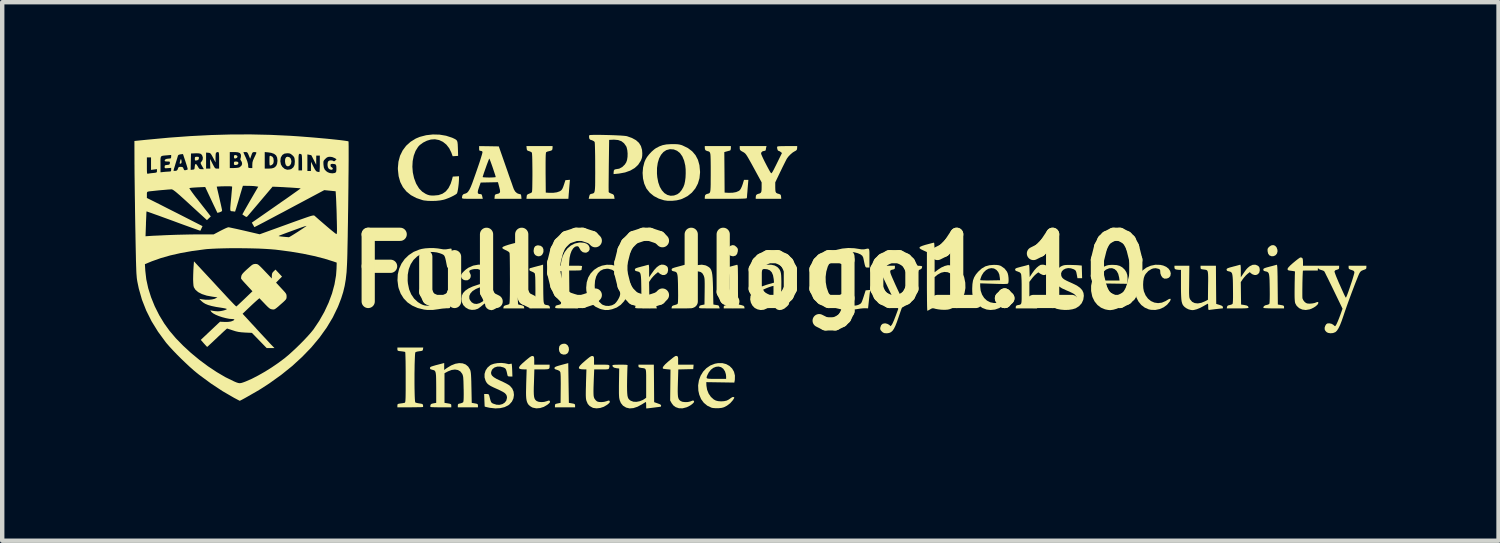
<source format=kicad_pcb>
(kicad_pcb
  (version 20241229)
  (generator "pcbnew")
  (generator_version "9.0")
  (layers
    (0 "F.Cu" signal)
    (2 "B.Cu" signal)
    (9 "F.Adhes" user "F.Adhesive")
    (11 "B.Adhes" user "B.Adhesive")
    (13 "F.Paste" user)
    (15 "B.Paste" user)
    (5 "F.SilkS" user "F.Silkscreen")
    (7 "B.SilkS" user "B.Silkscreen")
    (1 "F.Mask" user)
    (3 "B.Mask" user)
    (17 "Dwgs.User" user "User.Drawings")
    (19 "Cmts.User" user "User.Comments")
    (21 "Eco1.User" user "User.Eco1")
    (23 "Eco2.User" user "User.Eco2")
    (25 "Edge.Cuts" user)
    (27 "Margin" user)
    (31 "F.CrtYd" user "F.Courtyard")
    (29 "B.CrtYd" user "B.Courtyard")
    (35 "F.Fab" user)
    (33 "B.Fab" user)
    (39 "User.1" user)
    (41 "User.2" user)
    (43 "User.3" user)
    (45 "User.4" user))
  (footprint "FullCCIlogo1.10"
    (layer "F.Cu")
    (at 13.977 3.101)
    (property "Reference" "FullCCIlogo1.10" (at 0 0 0) (layer "F.SilkS") (effects (font (size 1.524 1.524) (thickness 0.3))))
    (attr board_only exclude_from_pos_files exclude_from_bom)
    (fp_poly (pts (xy -11.66 -2.626) (xy -11.639 -2.609) (xy -11.639 -2.587) (xy -11.656 -2.567) (xy -11.686 -2.555) (xy -11.7 -2.553) (xy -11.715 -2.566) (xy -11.719 -2.594) (xy -11.713 -2.625) (xy -11.693 -2.634)) (stroke (width 0) (type solid)) (fill yes) (layer "F.SilkS"))
    (fp_poly (pts (xy -12.918 -2.539) (xy -12.911 -2.516) (xy -12.909 -2.507) (xy -12.906 -2.467) (xy -12.915 -2.446) (xy -12.917 -2.444) (xy -12.942 -2.434) (xy -12.95 -2.444) (xy -12.947 -2.469) (xy -12.934 -2.517) (xy -12.925 -2.54)) (stroke (width 0) (type solid)) (fill yes) (layer "F.SilkS"))
    (fp_poly (pts (xy -11.635 -2.48) (xy -11.619 -2.464) (xy -11.62 -2.435) (xy -11.642 -2.414) (xy -11.68 -2.406) (xy -11.68 -2.406) (xy -11.708 -2.409) (xy -11.718 -2.425) (xy -11.719 -2.446) (xy -11.716 -2.473) (xy -11.702 -2.484) (xy -11.673 -2.486)) (stroke (width 0) (type solid)) (fill yes) (layer "F.SilkS"))
    (fp_poly (pts (xy -12.526 -2.592) (xy -12.514 -2.582) (xy -12.514 -2.558) (xy -12.514 -2.557) (xy -12.523 -2.53) (xy -12.548 -2.515) (xy -12.562 -2.512) (xy -12.592 -2.508) (xy -12.604 -2.516) (xy -12.606 -2.544) (xy -12.606 -2.548) (xy -12.604 -2.579) (xy -12.592 -2.591) (xy -12.562 -2.594) (xy -12.558 -2.594)) (stroke (width 0) (type solid)) (fill yes) (layer "F.SilkS"))
    (fp_poly (pts (xy -10.456 -2.582) (xy -10.428 -2.549) (xy -10.416 -2.498) (xy -10.415 -2.486) (xy -10.423 -2.439) (xy -10.444 -2.403) (xy -10.473 -2.381) (xy -10.505 -2.378) (xy -10.535 -2.397) (xy -10.536 -2.398) (xy -10.551 -2.432) (xy -10.559 -2.48) (xy -10.558 -2.529) (xy -10.551 -2.557) (xy -10.533 -2.585) (xy -10.504 -2.594) (xy -10.497 -2.594)) (stroke (width 0) (type solid)) (fill yes) (layer "F.SilkS"))
    (fp_poly (pts (xy -4.758 -0.573) (xy -4.718 -0.543) (xy -4.697 -0.497) (xy -4.696 -0.439) (xy -4.704 -0.41) (xy -4.73 -0.365) (xy -4.771 -0.34) (xy -4.818 -0.335) (xy -4.865 -0.352) (xy -4.886 -0.369) (xy -4.909 -0.402) (xy -4.918 -0.443) (xy -4.919 -0.462) (xy -4.91 -0.522) (xy -4.885 -0.562) (xy -4.842 -0.582) (xy -4.814 -0.584)) (stroke (width 0) (type solid)) (fill yes) (layer "F.SilkS"))
    (fp_poly (pts (xy -4.183 1.656) (xy -4.144 1.688) (xy -4.122 1.734) (xy -4.117 1.787) (xy -4.131 1.838) (xy -4.153 1.869) (xy -4.193 1.891) (xy -4.241 1.895) (xy -4.288 1.881) (xy -4.313 1.862) (xy -4.337 1.82) (xy -4.345 1.766) (xy -4.337 1.713) (xy -4.329 1.697) (xy -4.3 1.667) (xy -4.256 1.65) (xy -4.209 1.648)) (stroke (width 0) (type solid)) (fill yes) (layer "F.SilkS"))
    (fp_poly (pts (xy -0.359 -0.581) (xy -0.32 -0.55) (xy -0.295 -0.522) (xy -0.284 -0.496) (xy -0.285 -0.459) (xy -0.286 -0.447) (xy -0.302 -0.389) (xy -0.334 -0.352) (xy -0.382 -0.337) (xy -0.399 -0.336) (xy -0.45 -0.348) (xy -0.478 -0.369) (xy -0.503 -0.411) (xy -0.511 -0.461) (xy -0.502 -0.512) (xy -0.478 -0.554) (xy -0.448 -0.576) (xy -0.4 -0.59)) (stroke (width 0) (type solid)) (fill yes) (layer "F.SilkS"))
    (fp_poly (pts (xy 11.904 -0.576) (xy 11.937 -0.542) (xy 11.957 -0.49) (xy 11.961 -0.449) (xy 11.949 -0.4) (xy 11.919 -0.362) (xy 11.877 -0.34) (xy 11.829 -0.336) (xy 11.782 -0.354) (xy 11.773 -0.36) (xy 11.748 -0.396) (xy 11.736 -0.447) (xy 11.734 -0.488) (xy 11.741 -0.515) (xy 11.762 -0.542) (xy 11.77 -0.55) (xy 11.816 -0.582) (xy 11.862 -0.59)) (stroke (width 0) (type solid)) (fill yes) (layer "F.SilkS"))
    (fp_poly (pts (xy -10.882 -2.613) (xy -10.882 -2.613) (xy -10.845 -2.594) (xy -10.824 -2.561) (xy -10.817 -2.509) (xy -10.818 -2.473) (xy -10.831 -2.432) (xy -10.864 -2.406) (xy -10.882 -2.399) (xy -10.897 -2.396) (xy -10.906 -2.4) (xy -10.91 -2.417) (xy -10.912 -2.45) (xy -10.913 -2.506) (xy -10.913 -2.506) (xy -10.912 -2.562) (xy -10.911 -2.596) (xy -10.906 -2.612) (xy -10.897 -2.617)) (stroke (width 0) (type solid)) (fill yes) (layer "F.SilkS"))
    (fp_poly (pts (xy -4.126 2.539) (xy -4.119 2.99) (xy -4.049 3.002) (xy -4.008 3.01) (xy -3.987 3.02) (xy -3.979 3.035) (xy -3.978 3.053) (xy -3.978 3.091) (xy -4.435 3.091) (xy -4.435 3.053) (xy -4.432 3.029) (xy -4.42 3.016) (xy -4.391 3.007) (xy -4.371 3.003) (xy -4.307 2.99) (xy -4.304 2.659) (xy -4.303 2.555) (xy -4.304 2.464) (xy -4.305 2.389) (xy -4.308 2.333) (xy -4.312 2.299) (xy -4.313 2.293) (xy -4.331 2.267) (xy -4.365 2.249) (xy -4.388 2.241) (xy -4.426 2.229) (xy -4.443 2.216) (xy -4.446 2.198) (xy -4.44 2.185) (xy -4.424 2.173) (xy -4.393 2.16) (xy -4.344 2.145) (xy -4.287 2.129) (xy -4.133 2.088)) (stroke (width 0) (type solid)) (fill yes) (layer "F.SilkS"))
    (fp_poly (pts (xy -4.701 0.299) (xy -4.7 0.422) (xy -4.699 0.521) (xy -4.697 0.599) (xy -4.695 0.658) (xy -4.691 0.7) (xy -4.684 0.73) (xy -4.675 0.749) (xy -4.663 0.76) (xy -4.647 0.766) (xy -4.627 0.77) (xy -4.608 0.772) (xy -4.573 0.782) (xy -4.556 0.801) (xy -4.553 0.813) (xy -4.546 0.847) (xy -5.013 0.847) (xy -5.013 0.814) (xy -5.008 0.791) (xy -4.99 0.778) (xy -4.962 0.772) (xy -4.925 0.765) (xy -4.898 0.759) (xy -4.895 0.759) (xy -4.89 0.751) (xy -4.886 0.729) (xy -4.882 0.69) (xy -4.88 0.633) (xy -4.879 0.555) (xy -4.878 0.452) (xy -4.878 0.413) (xy -4.879 0.298) (xy -4.88 0.208) (xy -4.882 0.141) (xy -4.886 0.093) (xy -4.89 0.063) (xy -4.895 0.05) (xy -4.918 0.031) (xy -4.955 0.013) (xy -4.966 0.009) (xy -5.001 -0.007) (xy -5.015 -0.024) (xy -5.015 -0.035) (xy -5.01 -0.057) (xy -5.008 -0.063) (xy -4.995 -0.067) (xy -4.961 -0.076) (xy -4.912 -0.09) (xy -4.855 -0.105) (xy -4.704 -0.146)) (stroke (width 0) (type solid)) (fill yes) (layer "F.SilkS"))
    (fp_poly (pts (xy -0.294 -0.139) (xy -0.29 -0.127) (xy -0.287 -0.105) (xy -0.285 -0.07) (xy -0.284 -0.02) (xy -0.283 0.048) (xy -0.282 0.137) (xy -0.282 0.249) (xy -0.282 0.302) (xy -0.282 0.43) (xy -0.281 0.534) (xy -0.28 0.615) (xy -0.278 0.675) (xy -0.275 0.718) (xy -0.272 0.744) (xy -0.268 0.757) (xy -0.265 0.758) (xy -0.242 0.764) (xy -0.205 0.772) (xy -0.195 0.775) (xy -0.157 0.787) (xy -0.14 0.804) (xy -0.137 0.816) (xy -0.133 0.847) (xy -0.605 0.847) (xy -0.605 0.815) (xy -0.601 0.794) (xy -0.586 0.782) (xy -0.552 0.773) (xy -0.541 0.771) (xy -0.477 0.759) (xy -0.473 0.411) (xy -0.472 0.299) (xy -0.472 0.21) (xy -0.474 0.143) (xy -0.478 0.093) (xy -0.484 0.058) (xy -0.494 0.035) (xy -0.508 0.021) (xy -0.527 0.013) (xy -0.552 0.007) (xy -0.56 0.005) (xy -0.592 -0.005) (xy -0.604 -0.023) (xy -0.605 -0.033) (xy -0.602 -0.047) (xy -0.591 -0.059) (xy -0.568 -0.07) (xy -0.527 -0.083) (xy -0.467 -0.099) (xy -0.408 -0.115) (xy -0.356 -0.129) (xy -0.319 -0.139) (xy -0.306 -0.143) (xy -0.299 -0.143)) (stroke (width 0) (type solid)) (fill yes) (layer "F.SilkS"))
    (fp_poly (pts (xy 11.949 -0.14) (xy 11.952 -0.124) (xy 11.956 -0.091) (xy 11.958 -0.042) (xy 11.96 0.027) (xy 11.962 0.117) (xy 11.963 0.231) (xy 11.964 0.304) (xy 11.968 0.759) (xy 12.038 0.77) (xy 12.079 0.778) (xy 12.101 0.788) (xy 12.108 0.803) (xy 12.109 0.814) (xy 12.109 0.847) (xy 11.873 0.847) (xy 11.794 0.846) (xy 11.727 0.844) (xy 11.676 0.841) (xy 11.646 0.838) (xy 11.638 0.834) (xy 11.649 0.799) (xy 11.681 0.777) (xy 11.707 0.771) (xy 11.744 0.761) (xy 11.771 0.748) (xy 11.774 0.745) (xy 11.779 0.726) (xy 11.782 0.684) (xy 11.784 0.618) (xy 11.785 0.527) (xy 11.784 0.41) (xy 11.784 0.399) (xy 11.782 0.288) (xy 11.78 0.202) (xy 11.776 0.136) (xy 11.77 0.088) (xy 11.762 0.055) (xy 11.749 0.033) (xy 11.732 0.019) (xy 11.71 0.011) (xy 11.683 0.005) (xy 11.651 -0.005) (xy 11.639 -0.023) (xy 11.638 -0.033) (xy 11.641 -0.047) (xy 11.651 -0.058) (xy 11.674 -0.069) (xy 11.713 -0.082) (xy 11.774 -0.098) (xy 11.783 -0.101) (xy 11.843 -0.116) (xy 11.894 -0.13) (xy 11.93 -0.14) (xy 11.944 -0.144)) (stroke (width 0) (type solid)) (fill yes) (layer "F.SilkS"))
    (fp_poly (pts (xy -1.675 1.926) (xy -1.667 1.928) (xy -1.652 1.936) (xy -1.644 1.952) (xy -1.64 1.982) (xy -1.64 2.03) (xy -1.64 2.123) (xy -1.289 2.123) (xy -1.297 2.224) (xy -1.466 2.228) (xy -1.636 2.232) (xy -1.645 2.532) (xy -1.648 2.643) (xy -1.649 2.73) (xy -1.647 2.797) (xy -1.643 2.848) (xy -1.634 2.885) (xy -1.621 2.912) (xy -1.603 2.933) (xy -1.58 2.95) (xy -1.579 2.951) (xy -1.537 2.967) (xy -1.48 2.973) (xy -1.419 2.971) (xy -1.365 2.959) (xy -1.346 2.951) (xy -1.306 2.937) (xy -1.283 2.943) (xy -1.277 2.963) (xy -1.288 2.986) (xy -1.318 3.015) (xy -1.36 3.046) (xy -1.41 3.074) (xy -1.449 3.091) (xy -1.538 3.114) (xy -1.62 3.113) (xy -1.694 3.088) (xy -1.75 3.047) (xy -1.787 2.997) (xy -1.821 2.936) (xy -1.817 2.586) (xy -1.813 2.235) (xy -1.895 2.227) (xy -1.94 2.222) (xy -1.972 2.217) (xy -1.985 2.213) (xy -1.989 2.191) (xy -1.97 2.156) (xy -1.929 2.111) (xy -1.867 2.055) (xy -1.86 2.049) (xy -1.799 2) (xy -1.755 1.964) (xy -1.724 1.942) (xy -1.703 1.929) (xy -1.688 1.925)) (stroke (width 0) (type solid)) (fill yes) (layer "F.SilkS"))
    (fp_poly (pts (xy -4.489 -2.799) (xy -4.493 -2.761) (xy -4.511 -2.738) (xy -4.547 -2.726) (xy -4.565 -2.722) (xy -4.604 -2.712) (xy -4.631 -2.699) (xy -4.636 -2.695) (xy -4.64 -2.677) (xy -4.644 -2.634) (xy -4.646 -2.567) (xy -4.647 -2.474) (xy -4.647 -2.354) (xy -4.647 -2.229) (xy -4.643 -1.781) (xy -4.569 -1.776) (xy -4.475 -1.776) (xy -4.393 -1.787) (xy -4.329 -1.809) (xy -4.311 -1.819) (xy -4.286 -1.839) (xy -4.267 -1.867) (xy -4.248 -1.91) (xy -4.232 -1.956) (xy -4.197 -2.063) (xy -4.146 -2.067) (xy -4.095 -2.071) (xy -4.103 -1.98) (xy -4.108 -1.922) (xy -4.114 -1.851) (xy -4.119 -1.779) (xy -4.121 -1.764) (xy -4.13 -1.64) (xy -5.082 -1.64) (xy -5.077 -1.689) (xy -5.072 -1.721) (xy -5.056 -1.74) (xy -5.023 -1.755) (xy -5.02 -1.756) (xy -4.984 -1.771) (xy -4.96 -1.787) (xy -4.957 -1.791) (xy -4.954 -1.809) (xy -4.951 -1.85) (xy -4.949 -1.91) (xy -4.948 -1.985) (xy -4.947 -2.07) (xy -4.946 -2.163) (xy -4.946 -2.26) (xy -4.947 -2.355) (xy -4.948 -2.445) (xy -4.949 -2.527) (xy -4.951 -2.596) (xy -4.954 -2.648) (xy -4.957 -2.68) (xy -4.958 -2.687) (xy -4.979 -2.704) (xy -5.013 -2.719) (xy -5.022 -2.721) (xy -5.056 -2.733) (xy -5.071 -2.751) (xy -5.077 -2.784) (xy -5.077 -2.786) (xy -5.082 -2.836) (xy -4.489 -2.836)) (stroke (width 0) (type solid)) (fill yes) (layer "F.SilkS"))
    (fp_poly (pts (xy -0.443 -2.788) (xy -0.448 -2.755) (xy -0.458 -2.737) (xy -0.46 -2.736) (xy -0.483 -2.73) (xy -0.52 -2.72) (xy -0.534 -2.716) (xy -0.592 -2.7) (xy -0.588 -2.24) (xy -0.585 -1.781) (xy -0.497 -1.776) (xy -0.403 -1.778) (xy -0.324 -1.792) (xy -0.264 -1.818) (xy -0.238 -1.838) (xy -0.217 -1.87) (xy -0.194 -1.919) (xy -0.175 -1.972) (xy -0.145 -2.07) (xy -0.046 -2.07) (xy -0.063 -1.871) (xy -0.068 -1.8) (xy -0.074 -1.738) (xy -0.077 -1.69) (xy -0.08 -1.661) (xy -0.08 -1.656) (xy -0.086 -1.652) (xy -0.104 -1.648) (xy -0.137 -1.645) (xy -0.187 -1.643) (xy -0.256 -1.641) (xy -0.346 -1.64) (xy -0.46 -1.64) (xy -0.558 -1.64) (xy -1.035 -1.64) (xy -1.035 -1.677) (xy -1.029 -1.717) (xy -1.008 -1.741) (xy -0.974 -1.753) (xy -0.955 -1.758) (xy -0.939 -1.763) (xy -0.926 -1.773) (xy -0.917 -1.788) (xy -0.91 -1.813) (xy -0.906 -1.849) (xy -0.903 -1.9) (xy -0.901 -1.968) (xy -0.901 -2.056) (xy -0.9 -2.167) (xy -0.9 -2.238) (xy -0.9 -2.362) (xy -0.901 -2.462) (xy -0.902 -2.54) (xy -0.904 -2.6) (xy -0.907 -2.644) (xy -0.913 -2.675) (xy -0.921 -2.695) (xy -0.932 -2.707) (xy -0.946 -2.715) (xy -0.963 -2.72) (xy -0.974 -2.722) (xy -1.013 -2.737) (xy -1.031 -2.763) (xy -1.035 -2.799) (xy -1.035 -2.836) (xy -0.443 -2.836)) (stroke (width 0) (type solid)) (fill yes) (layer "F.SilkS"))
    (fp_poly (pts (xy 9.3 -0.141) (xy 9.367 -0.126) (xy 9.436 -0.096) (xy 9.489 -0.054) (xy 9.524 -0.003) (xy 9.539 0.052) (xy 9.53 0.107) (xy 9.526 0.116) (xy 9.496 0.15) (xy 9.451 0.169) (xy 9.399 0.172) (xy 9.388 0.169) (xy 9.351 0.147) (xy 9.322 0.106) (xy 9.303 0.054) (xy 9.3 0.018) (xy 9.298 -0.018) (xy 9.287 -0.038) (xy 9.262 -0.051) (xy 9.258 -0.052) (xy 9.197 -0.066) (xy 9.139 -0.06) (xy 9.101 -0.046) (xy 9.029 -0.002) (xy 8.969 0.064) (xy 8.947 0.101) (xy 8.927 0.156) (xy 8.915 0.229) (xy 8.911 0.309) (xy 8.915 0.388) (xy 8.928 0.458) (xy 8.928 0.459) (xy 8.967 0.551) (xy 9.022 0.626) (xy 9.09 0.681) (xy 9.167 0.715) (xy 9.25 0.727) (xy 9.337 0.716) (xy 9.422 0.68) (xy 9.449 0.663) (xy 9.495 0.636) (xy 9.525 0.627) (xy 9.537 0.636) (xy 9.53 0.664) (xy 9.516 0.69) (xy 9.455 0.764) (xy 9.377 0.822) (xy 9.286 0.862) (xy 9.189 0.882) (xy 9.09 0.879) (xy 9.04 0.869) (xy 8.948 0.829) (xy 8.869 0.769) (xy 8.805 0.69) (xy 8.758 0.597) (xy 8.731 0.493) (xy 8.725 0.38) (xy 8.726 0.365) (xy 8.739 0.265) (xy 8.765 0.179) (xy 8.806 0.099) (xy 8.825 0.07) (xy 8.898 -0.014) (xy 8.986 -0.079) (xy 9.085 -0.122) (xy 9.191 -0.144)) (stroke (width 0) (type solid)) (fill yes) (layer "F.SilkS"))
    (fp_poly (pts (xy -5.3 -0.643) (xy -5.296 -0.638) (xy -5.292 -0.627) (xy -5.289 -0.607) (xy -5.287 -0.577) (xy -5.285 -0.535) (xy -5.284 -0.478) (xy -5.283 -0.404) (xy -5.282 -0.311) (xy -5.282 -0.197) (xy -5.282 -0.06) (xy -5.282 0.054) (xy -5.281 0.216) (xy -5.281 0.353) (xy -5.28 0.466) (xy -5.279 0.558) (xy -5.278 0.63) (xy -5.276 0.684) (xy -5.273 0.722) (xy -5.27 0.746) (xy -5.266 0.757) (xy -5.265 0.758) (xy -5.242 0.764) (xy -5.205 0.772) (xy -5.194 0.775) (xy -5.157 0.787) (xy -5.139 0.804) (xy -5.136 0.816) (xy -5.132 0.847) (xy -5.606 0.847) (xy -5.602 0.816) (xy -5.591 0.793) (xy -5.562 0.778) (xy -5.544 0.773) (xy -5.505 0.762) (xy -5.477 0.751) (xy -5.473 0.748) (xy -5.469 0.74) (xy -5.465 0.718) (xy -5.462 0.682) (xy -5.46 0.63) (xy -5.458 0.559) (xy -5.457 0.467) (xy -5.457 0.354) (xy -5.456 0.215) (xy -5.456 0.177) (xy -5.457 0.056) (xy -5.457 -0.057) (xy -5.458 -0.16) (xy -5.459 -0.249) (xy -5.46 -0.322) (xy -5.462 -0.375) (xy -5.464 -0.406) (xy -5.464 -0.412) (xy -5.484 -0.437) (xy -5.531 -0.465) (xy -5.553 -0.475) (xy -5.6 -0.498) (xy -5.626 -0.517) (xy -5.629 -0.535) (xy -5.609 -0.553) (xy -5.565 -0.572) (xy -5.496 -0.595) (xy -5.476 -0.601) (xy -5.415 -0.618) (xy -5.362 -0.632) (xy -5.323 -0.641) (xy -5.305 -0.644)) (stroke (width 0) (type solid)) (fill yes) (layer "F.SilkS"))
    (fp_poly (pts (xy -4.939 1.927) (xy -4.938 1.928) (xy -4.921 1.934) (xy -4.911 1.946) (xy -4.907 1.971) (xy -4.905 2.014) (xy -4.905 2.03) (xy -4.905 2.123) (xy -4.556 2.123) (xy -4.556 2.156) (xy -4.557 2.186) (xy -4.563 2.207) (xy -4.578 2.22) (xy -4.606 2.227) (xy -4.651 2.23) (xy -4.718 2.231) (xy -4.737 2.231) (xy -4.902 2.231) (xy -4.911 2.531) (xy -4.915 2.642) (xy -4.916 2.729) (xy -4.914 2.797) (xy -4.909 2.847) (xy -4.9 2.885) (xy -4.887 2.912) (xy -4.869 2.933) (xy -4.846 2.951) (xy -4.845 2.951) (xy -4.801 2.967) (xy -4.742 2.973) (xy -4.678 2.968) (xy -4.62 2.952) (xy -4.617 2.951) (xy -4.582 2.939) (xy -4.562 2.939) (xy -4.554 2.946) (xy -4.546 2.965) (xy -4.553 2.985) (xy -4.577 3.009) (xy -4.608 3.034) (xy -4.687 3.081) (xy -4.772 3.108) (xy -4.857 3.115) (xy -4.936 3.099) (xy -4.954 3.092) (xy -4.995 3.067) (xy -5.03 3.037) (xy -5.036 3.029) (xy -5.055 3) (xy -5.069 2.968) (xy -5.079 2.931) (xy -5.086 2.885) (xy -5.09 2.825) (xy -5.091 2.749) (xy -5.089 2.653) (xy -5.087 2.55) (xy -5.077 2.231) (xy -5.124 2.231) (xy -5.187 2.228) (xy -5.229 2.22) (xy -5.249 2.204) (xy -5.247 2.179) (xy -5.223 2.143) (xy -5.176 2.096) (xy -5.109 2.037) (xy -5.05 1.988) (xy -5.008 1.955) (xy -4.978 1.936) (xy -4.956 1.927)) (stroke (width 0) (type solid)) (fill yes) (layer "F.SilkS"))
    (fp_poly (pts (xy 8.312 -0.136) (xy 8.38 -0.118) (xy 8.438 -0.085) (xy 8.491 -0.035) (xy 8.491 -0.035) (xy 8.53 0.023) (xy 8.553 0.09) (xy 8.559 0.173) (xy 8.558 0.202) (xy 8.554 0.289) (xy 8.233 0.284) (xy 7.912 0.279) (xy 7.918 0.371) (xy 7.936 0.47) (xy 7.973 0.557) (xy 8.025 0.628) (xy 8.091 0.683) (xy 8.168 0.716) (xy 8.242 0.726) (xy 8.328 0.718) (xy 8.399 0.693) (xy 8.456 0.657) (xy 8.498 0.629) (xy 8.526 0.62) (xy 8.54 0.628) (xy 8.54 0.648) (xy 8.528 0.679) (xy 8.503 0.717) (xy 8.465 0.759) (xy 8.436 0.786) (xy 8.38 0.823) (xy 8.309 0.855) (xy 8.234 0.877) (xy 8.166 0.886) (xy 8.16 0.886) (xy 8.116 0.882) (xy 8.064 0.872) (xy 8.046 0.868) (xy 7.955 0.83) (xy 7.875 0.769) (xy 7.81 0.689) (xy 7.763 0.593) (xy 7.755 0.569) (xy 7.731 0.451) (xy 7.731 0.333) (xy 7.754 0.221) (xy 7.756 0.215) (xy 7.915 0.215) (xy 8.376 0.215) (xy 8.367 0.145) (xy 8.346 0.062) (xy 8.311 -0.002) (xy 8.263 -0.045) (xy 8.206 -0.066) (xy 8.141 -0.063) (xy 8.073 -0.035) (xy 8.063 -0.029) (xy 8.011 0.016) (xy 7.965 0.079) (xy 7.932 0.149) (xy 7.924 0.178) (xy 7.915 0.215) (xy 7.756 0.215) (xy 7.798 0.117) (xy 7.862 0.025) (xy 7.945 -0.052) (xy 8.034 -0.105) (xy 8.079 -0.124) (xy 8.121 -0.135) (xy 8.171 -0.14) (xy 8.225 -0.141)) (stroke (width 0) (type solid)) (fill yes) (layer "F.SilkS"))
    (fp_poly (pts (xy -3.15 -0.141) (xy -3.048 -0.115) (xy -2.955 -0.067) (xy -2.876 0.001) (xy -2.813 0.089) (xy -2.797 0.119) (xy -2.781 0.156) (xy -2.771 0.19) (xy -2.765 0.229) (xy -2.762 0.28) (xy -2.762 0.343) (xy -2.762 0.41) (xy -2.765 0.458) (xy -2.771 0.496) (xy -2.782 0.53) (xy -2.799 0.569) (xy -2.803 0.579) (xy -2.866 0.684) (xy -2.942 0.766) (xy -3.033 0.827) (xy -3.138 0.866) (xy -3.223 0.883) (xy -3.298 0.884) (xy -3.376 0.868) (xy -3.415 0.856) (xy -3.515 0.809) (xy -3.596 0.743) (xy -3.658 0.659) (xy -3.701 0.558) (xy -3.723 0.441) (xy -3.726 0.376) (xy -3.721 0.326) (xy -3.533 0.326) (xy -3.53 0.395) (xy -3.511 0.515) (xy -3.479 0.616) (xy -3.432 0.695) (xy -3.372 0.752) (xy -3.35 0.766) (xy -3.284 0.788) (xy -3.211 0.791) (xy -3.14 0.776) (xy -3.081 0.745) (xy -3.046 0.709) (xy -3.011 0.66) (xy -2.99 0.624) (xy -2.971 0.585) (xy -2.96 0.551) (xy -2.953 0.514) (xy -2.951 0.467) (xy -2.951 0.41) (xy -2.959 0.281) (xy -2.982 0.171) (xy -3.02 0.083) (xy -3.072 0.016) (xy -3.137 -0.029) (xy -3.215 -0.051) (xy -3.254 -0.054) (xy -3.336 -0.041) (xy -3.405 -0.007) (xy -3.46 0.049) (xy -3.5 0.124) (xy -3.525 0.217) (xy -3.533 0.326) (xy -3.721 0.326) (xy -3.714 0.255) (xy -3.68 0.146) (xy -3.623 0.051) (xy -3.547 -0.028) (xy -3.452 -0.09) (xy -3.369 -0.123) (xy -3.258 -0.144)) (stroke (width 0) (type solid)) (fill yes) (layer "F.SilkS"))
    (fp_poly (pts (xy -7.429 1.772) (xy -7.434 1.795) (xy -7.447 1.807) (xy -7.474 1.814) (xy -7.508 1.818) (xy -7.553 1.825) (xy -7.588 1.835) (xy -7.601 1.842) (xy -7.606 1.859) (xy -7.61 1.9) (xy -7.613 1.96) (xy -7.616 2.037) (xy -7.619 2.127) (xy -7.62 2.226) (xy -7.622 2.331) (xy -7.622 2.439) (xy -7.622 2.546) (xy -7.621 2.649) (xy -7.619 2.744) (xy -7.617 2.827) (xy -7.614 2.896) (xy -7.61 2.946) (xy -7.606 2.975) (xy -7.603 2.98) (xy -7.581 2.989) (xy -7.542 2.998) (xy -7.511 3.003) (xy -7.467 3.01) (xy -7.442 3.018) (xy -7.431 3.033) (xy -7.428 3.044) (xy -7.426 3.072) (xy -7.429 3.084) (xy -7.444 3.086) (xy -7.482 3.088) (xy -7.539 3.089) (xy -7.61 3.09) (xy -7.692 3.091) (xy -7.723 3.091) (xy -8.01 3.091) (xy -8.01 3.052) (xy -8.008 3.029) (xy -7.998 3.016) (xy -7.973 3.009) (xy -7.939 3.004) (xy -7.894 2.998) (xy -7.858 2.991) (xy -7.845 2.988) (xy -7.839 2.985) (xy -7.835 2.978) (xy -7.831 2.964) (xy -7.828 2.941) (xy -7.826 2.907) (xy -7.824 2.859) (xy -7.823 2.795) (xy -7.822 2.712) (xy -7.822 2.609) (xy -7.822 2.482) (xy -7.822 2.412) (xy -7.822 2.282) (xy -7.823 2.164) (xy -7.824 2.06) (xy -7.826 1.973) (xy -7.828 1.905) (xy -7.83 1.859) (xy -7.833 1.837) (xy -7.834 1.835) (xy -7.853 1.83) (xy -7.89 1.824) (xy -7.928 1.819) (xy -7.973 1.814) (xy -7.997 1.807) (xy -8.008 1.795) (xy -8.01 1.776) (xy -8.01 1.772) (xy -8.01 1.734) (xy -7.423 1.734)) (stroke (width 0) (type solid)) (fill yes) (layer "F.SilkS"))
    (fp_poly (pts (xy -3.581 1.927) (xy -3.564 1.934) (xy -3.554 1.946) (xy -3.549 1.97) (xy -3.548 2.013) (xy -3.548 2.03) (xy -3.548 2.123) (xy -3.373 2.123) (xy -3.299 2.124) (xy -3.248 2.125) (xy -3.217 2.13) (xy -3.201 2.141) (xy -3.198 2.157) (xy -3.202 2.183) (xy -3.207 2.201) (xy -3.212 2.213) (xy -3.22 2.222) (xy -3.238 2.227) (xy -3.27 2.23) (xy -3.319 2.231) (xy -3.379 2.231) (xy -3.544 2.231) (xy -3.553 2.443) (xy -3.557 2.56) (xy -3.56 2.653) (xy -3.561 2.726) (xy -3.56 2.782) (xy -3.558 2.824) (xy -3.553 2.855) (xy -3.545 2.879) (xy -3.536 2.898) (xy -3.535 2.899) (xy -3.509 2.932) (xy -3.481 2.956) (xy -3.479 2.958) (xy -3.436 2.97) (xy -3.38 2.973) (xy -3.319 2.967) (xy -3.265 2.953) (xy -3.26 2.951) (xy -3.224 2.939) (xy -3.205 2.939) (xy -3.196 2.946) (xy -3.189 2.965) (xy -3.196 2.985) (xy -3.22 3.009) (xy -3.251 3.034) (xy -3.326 3.079) (xy -3.408 3.106) (xy -3.491 3.115) (xy -3.566 3.105) (xy -3.588 3.096) (xy -3.648 3.061) (xy -3.69 3.014) (xy -3.717 2.952) (xy -3.725 2.928) (xy -3.73 2.9) (xy -3.733 2.867) (xy -3.735 2.823) (xy -3.735 2.765) (xy -3.734 2.689) (xy -3.731 2.591) (xy -3.731 2.558) (xy -3.721 2.231) (xy -3.767 2.231) (xy -3.831 2.228) (xy -3.872 2.22) (xy -3.892 2.204) (xy -3.889 2.178) (xy -3.865 2.143) (xy -3.818 2.095) (xy -3.752 2.037) (xy -3.694 1.988) (xy -3.652 1.955) (xy -3.622 1.936) (xy -3.6 1.927) (xy -3.583 1.927)) (stroke (width 0) (type solid)) (fill yes) (layer "F.SilkS"))
    (fp_poly (pts (xy -0.549 2.111) (xy -0.474 2.153) (xy -0.414 2.212) (xy -0.372 2.285) (xy -0.351 2.37) (xy -0.353 2.465) (xy -0.355 2.48) (xy -0.365 2.53) (xy -0.683 2.525) (xy -1.001 2.52) (xy -0.998 2.6) (xy -0.982 2.694) (xy -0.947 2.781) (xy -0.896 2.855) (xy -0.831 2.913) (xy -0.784 2.938) (xy -0.732 2.951) (xy -0.666 2.956) (xy -0.599 2.952) (xy -0.543 2.94) (xy -0.534 2.937) (xy -0.49 2.914) (xy -0.449 2.885) (xy -0.446 2.883) (xy -0.413 2.861) (xy -0.386 2.857) (xy -0.384 2.857) (xy -0.37 2.864) (xy -0.365 2.873) (xy -0.373 2.891) (xy -0.394 2.923) (xy -0.404 2.937) (xy -0.458 2.998) (xy -0.53 3.053) (xy -0.598 3.089) (xy -0.648 3.103) (xy -0.714 3.111) (xy -0.784 3.112) (xy -0.849 3.107) (xy -0.885 3.099) (xy -0.979 3.054) (xy -1.057 2.989) (xy -1.119 2.905) (xy -1.161 2.803) (xy -1.181 2.713) (xy -1.186 2.593) (xy -1.168 2.479) (xy -1.143 2.411) (xy -0.994 2.411) (xy -0.991 2.428) (xy -0.975 2.438) (xy -0.943 2.443) (xy -0.892 2.445) (xy -0.819 2.446) (xy -0.773 2.446) (xy -0.551 2.446) (xy -0.551 2.389) (xy -0.557 2.339) (xy -0.573 2.287) (xy -0.577 2.275) (xy -0.615 2.217) (xy -0.664 2.181) (xy -0.721 2.166) (xy -0.781 2.172) (xy -0.841 2.196) (xy -0.897 2.239) (xy -0.945 2.3) (xy -0.974 2.356) (xy -0.987 2.388) (xy -0.994 2.411) (xy -1.143 2.411) (xy -1.129 2.374) (xy -1.072 2.281) (xy -0.998 2.203) (xy -0.909 2.142) (xy -0.807 2.102) (xy -0.736 2.089) (xy -0.638 2.088)) (stroke (width 0) (type solid)) (fill yes) (layer "F.SilkS"))
    (fp_poly (pts (xy 11.503 -0.128) (xy 11.535 -0.105) (xy 11.552 -0.075) (xy 11.558 -0.028) (xy 11.558 -0.018) (xy 11.547 0.033) (xy 11.517 0.07) (xy 11.474 0.089) (xy 11.441 0.089) (xy 11.398 0.076) (xy 11.362 0.053) (xy 11.362 0.053) (xy 11.331 0.024) (xy 11.278 0.065) (xy 11.241 0.1) (xy 11.201 0.146) (xy 11.176 0.178) (xy 11.127 0.25) (xy 11.134 0.759) (xy 11.208 0.77) (xy 11.26 0.781) (xy 11.29 0.797) (xy 11.302 0.822) (xy 11.302 0.83) (xy 11.296 0.836) (xy 11.275 0.841) (xy 11.236 0.844) (xy 11.177 0.846) (xy 11.095 0.847) (xy 11.056 0.847) (xy 10.809 0.847) (xy 10.815 0.813) (xy 10.825 0.789) (xy 10.849 0.776) (xy 10.874 0.771) (xy 10.911 0.761) (xy 10.937 0.748) (xy 10.94 0.745) (xy 10.945 0.725) (xy 10.949 0.678) (xy 10.951 0.604) (xy 10.951 0.503) (xy 10.95 0.399) (xy 10.949 0.289) (xy 10.947 0.202) (xy 10.943 0.137) (xy 10.937 0.089) (xy 10.929 0.055) (xy 10.916 0.033) (xy 10.899 0.019) (xy 10.877 0.011) (xy 10.85 0.005) (xy 10.818 -0.005) (xy 10.806 -0.023) (xy 10.805 -0.033) (xy 10.808 -0.047) (xy 10.818 -0.058) (xy 10.841 -0.069) (xy 10.88 -0.082) (xy 10.941 -0.098) (xy 10.95 -0.101) (xy 11.01 -0.116) (xy 11.061 -0.13) (xy 11.097 -0.14) (xy 11.111 -0.144) (xy 11.119 -0.141) (xy 11.124 -0.121) (xy 11.127 -0.081) (xy 11.128 -0.018) (xy 11.128 -0.005) (xy 11.128 0.141) (xy 11.178 0.066) (xy 11.221 0.004) (xy 11.254 -0.04) (xy 11.284 -0.072) (xy 11.315 -0.098) (xy 11.335 -0.113) (xy 11.397 -0.142) (xy 11.456 -0.145)) (stroke (width 0) (type solid)) (fill yes) (layer "F.SilkS"))
    (fp_poly (pts (xy -1.961 -0.143) (xy -1.923 -0.128) (xy -1.89 -0.105) (xy -1.873 -0.075) (xy -1.868 -0.028) (xy -1.868 -0.018) (xy -1.879 0.033) (xy -1.908 0.07) (xy -1.949 0.089) (xy -1.997 0.089) (xy -2.046 0.066) (xy -2.055 0.059) (xy -2.097 0.024) (xy -2.156 0.072) (xy -2.199 0.114) (xy -2.242 0.163) (xy -2.257 0.184) (xy -2.299 0.247) (xy -2.291 0.759) (xy -2.218 0.769) (xy -2.178 0.776) (xy -2.15 0.781) (xy -2.143 0.783) (xy -2.137 0.797) (xy -2.131 0.816) (xy -2.122 0.847) (xy -2.373 0.847) (xy -2.461 0.846) (xy -2.526 0.846) (xy -2.57 0.844) (xy -2.598 0.841) (xy -2.612 0.837) (xy -2.616 0.83) (xy -2.615 0.825) (xy -2.608 0.8) (xy -2.607 0.792) (xy -2.595 0.782) (xy -2.566 0.773) (xy -2.554 0.771) (xy -2.516 0.762) (xy -2.489 0.748) (xy -2.486 0.745) (xy -2.48 0.726) (xy -2.477 0.681) (xy -2.475 0.612) (xy -2.474 0.516) (xy -2.475 0.399) (xy -2.477 0.289) (xy -2.479 0.202) (xy -2.483 0.136) (xy -2.489 0.088) (xy -2.497 0.055) (xy -2.51 0.033) (xy -2.527 0.019) (xy -2.549 0.011) (xy -2.575 0.005) (xy -2.608 -0.005) (xy -2.62 -0.023) (xy -2.621 -0.033) (xy -2.618 -0.047) (xy -2.608 -0.058) (xy -2.585 -0.069) (xy -2.546 -0.082) (xy -2.485 -0.098) (xy -2.476 -0.101) (xy -2.416 -0.116) (xy -2.365 -0.13) (xy -2.329 -0.14) (xy -2.315 -0.144) (xy -2.307 -0.141) (xy -2.302 -0.121) (xy -2.299 -0.081) (xy -2.298 -0.018) (xy -2.298 -0.005) (xy -2.298 0.141) (xy -2.249 0.067) (xy -2.184 -0.023) (xy -2.124 -0.088) (xy -2.068 -0.129) (xy -2.015 -0.147)) (stroke (width 0) (type solid)) (fill yes) (layer "F.SilkS"))
    (fp_poly (pts (xy -1.7 -2.88) (xy -1.646 -2.877) (xy -1.603 -2.87) (xy -1.563 -2.859) (xy -1.539 -2.85) (xy -1.419 -2.792) (xy -1.321 -2.718) (xy -1.245 -2.629) (xy -1.19 -2.524) (xy -1.156 -2.402) (xy -1.143 -2.264) (xy -1.142 -2.241) (xy -1.155 -2.108) (xy -1.191 -1.986) (xy -1.249 -1.876) (xy -1.328 -1.78) (xy -1.426 -1.701) (xy -1.542 -1.642) (xy -1.579 -1.628) (xy -1.674 -1.605) (xy -1.779 -1.594) (xy -1.881 -1.595) (xy -1.959 -1.606) (xy -2.081 -1.645) (xy -2.19 -1.702) (xy -2.282 -1.777) (xy -2.353 -1.865) (xy -2.362 -1.879) (xy -2.409 -1.984) (xy -2.437 -2.102) (xy -2.445 -2.214) (xy -2.12 -2.214) (xy -2.113 -2.13) (xy -2.091 -2.014) (xy -2.056 -1.914) (xy -2.008 -1.832) (xy -1.951 -1.769) (xy -1.884 -1.728) (xy -1.811 -1.709) (xy -1.733 -1.715) (xy -1.658 -1.743) (xy -1.608 -1.78) (xy -1.561 -1.837) (xy -1.521 -1.906) (xy -1.498 -1.967) (xy -1.483 -2.036) (xy -1.472 -2.122) (xy -1.468 -2.215) (xy -1.469 -2.308) (xy -1.477 -2.389) (xy -1.477 -2.392) (xy -1.504 -2.507) (xy -1.545 -2.603) (xy -1.598 -2.678) (xy -1.664 -2.73) (xy -1.739 -2.76) (xy -1.825 -2.766) (xy -1.83 -2.765) (xy -1.907 -2.745) (xy -1.973 -2.702) (xy -2.028 -2.638) (xy -2.072 -2.555) (xy -2.102 -2.455) (xy -2.119 -2.341) (xy -2.12 -2.214) (xy -2.445 -2.214) (xy -2.446 -2.227) (xy -2.435 -2.352) (xy -2.405 -2.471) (xy -2.378 -2.534) (xy -2.345 -2.589) (xy -2.297 -2.65) (xy -2.241 -2.71) (xy -2.184 -2.76) (xy -2.144 -2.789) (xy -2.065 -2.83) (xy -1.989 -2.858) (xy -1.906 -2.874) (xy -1.81 -2.88) (xy -1.774 -2.881)) (stroke (width 0) (type solid)) (fill yes) (layer "F.SilkS"))
    (fp_poly (pts (xy 6.691 -0.136) (xy 6.729 -0.115) (xy 6.739 -0.104) (xy 6.758 -0.057) (xy 6.758 -0.004) (xy 6.74 0.045) (xy 6.727 0.061) (xy 6.687 0.088) (xy 6.642 0.09) (xy 6.591 0.068) (xy 6.581 0.062) (xy 6.533 0.029) (xy 6.485 0.065) (xy 6.451 0.096) (xy 6.412 0.138) (xy 6.384 0.173) (xy 6.33 0.245) (xy 6.33 0.498) (xy 6.33 0.587) (xy 6.33 0.652) (xy 6.332 0.697) (xy 6.335 0.727) (xy 6.339 0.744) (xy 6.345 0.753) (xy 6.355 0.757) (xy 6.36 0.758) (xy 6.422 0.771) (xy 6.461 0.781) (xy 6.485 0.789) (xy 6.496 0.798) (xy 6.501 0.81) (xy 6.502 0.817) (xy 6.506 0.847) (xy 6.021 0.847) (xy 6.021 0.814) (xy 6.027 0.79) (xy 6.049 0.777) (xy 6.064 0.773) (xy 6.093 0.768) (xy 6.114 0.763) (xy 6.13 0.755) (xy 6.142 0.742) (xy 6.149 0.718) (xy 6.153 0.683) (xy 6.155 0.631) (xy 6.155 0.56) (xy 6.155 0.467) (xy 6.155 0.423) (xy 6.155 0.3) (xy 6.153 0.203) (xy 6.149 0.132) (xy 6.145 0.084) (xy 6.139 0.06) (xy 6.115 0.031) (xy 6.071 0.012) (xy 6.065 0.01) (xy 6.028 -0.003) (xy 6.01 -0.019) (xy 6.007 -0.035) (xy 6.01 -0.048) (xy 6.021 -0.06) (xy 6.045 -0.071) (xy 6.087 -0.083) (xy 6.146 -0.099) (xy 6.206 -0.114) (xy 6.257 -0.127) (xy 6.293 -0.138) (xy 6.307 -0.142) (xy 6.317 -0.143) (xy 6.323 -0.134) (xy 6.328 -0.111) (xy 6.331 -0.069) (xy 6.333 -0.007) (xy 6.337 0.136) (xy 6.393 0.05) (xy 6.443 -0.018) (xy 6.494 -0.075) (xy 6.544 -0.117) (xy 6.586 -0.141) (xy 6.592 -0.142) (xy 6.641 -0.146)) (stroke (width 0) (type solid)) (fill yes) (layer "F.SilkS"))
    (fp_poly (pts (xy -3.769 -0.641) (xy -3.707 -0.617) (xy -3.666 -0.576) (xy -3.648 -0.529) (xy -3.65 -0.483) (xy -3.675 -0.445) (xy -3.715 -0.421) (xy -3.748 -0.417) (xy -3.803 -0.429) (xy -3.848 -0.466) (xy -3.879 -0.519) (xy -3.897 -0.551) (xy -3.92 -0.563) (xy -3.935 -0.564) (xy -3.98 -0.552) (xy -4.021 -0.515) (xy -4.057 -0.459) (xy -4.084 -0.387) (xy -4.103 -0.301) (xy -4.109 -0.239) (xy -4.116 -0.121) (xy -3.965 -0.121) (xy -3.899 -0.121) (xy -3.857 -0.12) (xy -3.832 -0.117) (xy -3.821 -0.111) (xy -3.819 -0.101) (xy -3.822 -0.091) (xy -3.828 -0.056) (xy -3.83 -0.037) (xy -3.833 -0.026) (xy -3.844 -0.02) (xy -3.868 -0.016) (xy -3.911 -0.014) (xy -3.971 -0.013) (xy -4.113 -0.013) (xy -4.109 0.373) (xy -4.106 0.759) (xy -4.008 0.771) (xy -3.958 0.777) (xy -3.929 0.784) (xy -3.915 0.793) (xy -3.911 0.808) (xy -3.911 0.814) (xy -3.911 0.847) (xy -4.174 0.847) (xy -4.265 0.846) (xy -4.332 0.846) (xy -4.379 0.844) (xy -4.409 0.841) (xy -4.425 0.837) (xy -4.43 0.831) (xy -4.43 0.825) (xy -4.422 0.8) (xy -4.421 0.792) (xy -4.41 0.783) (xy -4.38 0.773) (xy -4.371 0.772) (xy -4.334 0.762) (xy -4.307 0.751) (xy -4.304 0.749) (xy -4.299 0.738) (xy -4.294 0.713) (xy -4.291 0.671) (xy -4.289 0.609) (xy -4.288 0.527) (xy -4.287 0.421) (xy -4.287 0.369) (xy -4.287 0.003) (xy -4.375 -0.006) (xy -4.463 -0.016) (xy -4.459 -0.065) (xy -4.455 -0.114) (xy -4.381 -0.118) (xy -4.306 -0.122) (xy -4.291 -0.216) (xy -4.263 -0.33) (xy -4.215 -0.43) (xy -4.151 -0.514) (xy -4.074 -0.58) (xy -3.986 -0.625) (xy -3.888 -0.647) (xy -3.852 -0.649)) (stroke (width 0) (type solid)) (fill yes) (layer "F.SilkS"))
    (fp_poly (pts (xy -7.052 -3.096) (xy -6.905 -3.071) (xy -6.767 -3.026) (xy -6.72 -3.004) (xy -6.69 -2.988) (xy -6.669 -2.972) (xy -6.655 -2.951) (xy -6.646 -2.92) (xy -6.641 -2.875) (xy -6.638 -2.81) (xy -6.636 -2.755) (xy -6.632 -2.614) (xy -6.694 -2.61) (xy -6.756 -2.606) (xy -6.785 -2.687) (xy -6.834 -2.787) (xy -6.898 -2.869) (xy -6.976 -2.932) (xy -7.063 -2.973) (xy -7.158 -2.991) (xy -7.251 -2.985) (xy -7.341 -2.958) (xy -7.427 -2.915) (xy -7.502 -2.86) (xy -7.54 -2.819) (xy -7.598 -2.726) (xy -7.639 -2.617) (xy -7.663 -2.496) (xy -7.67 -2.368) (xy -7.66 -2.238) (xy -7.632 -2.11) (xy -7.587 -1.99) (xy -7.578 -1.973) (xy -7.519 -1.876) (xy -7.448 -1.803) (xy -7.367 -1.751) (xy -7.321 -1.731) (xy -7.278 -1.719) (xy -7.228 -1.714) (xy -7.183 -1.714) (xy -7.077 -1.724) (xy -6.987 -1.755) (xy -6.911 -1.808) (xy -6.85 -1.883) (xy -6.801 -1.981) (xy -6.775 -2.063) (xy -6.753 -2.144) (xy -6.612 -2.152) (xy -6.612 -2.105) (xy -6.614 -2.047) (xy -6.619 -1.981) (xy -6.627 -1.913) (xy -6.636 -1.851) (xy -6.646 -1.8) (xy -6.656 -1.767) (xy -6.661 -1.759) (xy -6.688 -1.738) (xy -6.733 -1.712) (xy -6.791 -1.683) (xy -6.853 -1.656) (xy -6.914 -1.633) (xy -6.955 -1.62) (xy -7.034 -1.604) (xy -7.129 -1.594) (xy -7.228 -1.591) (xy -7.324 -1.594) (xy -7.408 -1.603) (xy -7.439 -1.61) (xy -7.581 -1.658) (xy -7.703 -1.723) (xy -7.805 -1.806) (xy -7.885 -1.905) (xy -7.945 -2.021) (xy -7.982 -2.153) (xy -7.998 -2.3) (xy -7.999 -2.338) (xy -7.986 -2.482) (xy -7.95 -2.616) (xy -7.891 -2.737) (xy -7.811 -2.844) (xy -7.711 -2.934) (xy -7.593 -3.007) (xy -7.502 -3.045) (xy -7.357 -3.083) (xy -7.205 -3.1)) (stroke (width 0) (type solid)) (fill yes) (layer "F.SilkS"))
    (fp_poly (pts (xy 5.588 -0.139) (xy 5.634 -0.133) (xy 5.671 -0.122) (xy 5.691 -0.112) (xy 5.767 -0.058) (xy 5.82 0.01) (xy 5.839 0.052) (xy 5.85 0.098) (xy 5.857 0.153) (xy 5.859 0.208) (xy 5.856 0.253) (xy 5.848 0.28) (xy 5.839 0.286) (xy 5.821 0.29) (xy 5.789 0.292) (xy 5.741 0.293) (xy 5.674 0.292) (xy 5.585 0.29) (xy 5.525 0.288) (xy 5.214 0.278) (xy 5.214 0.344) (xy 5.225 0.445) (xy 5.256 0.534) (xy 5.304 0.61) (xy 5.367 0.669) (xy 5.442 0.708) (xy 5.527 0.725) (xy 5.544 0.725) (xy 5.626 0.716) (xy 5.703 0.69) (xy 5.766 0.65) (xy 5.773 0.644) (xy 5.803 0.626) (xy 5.824 0.626) (xy 5.84 0.635) (xy 5.844 0.647) (xy 5.833 0.669) (xy 5.807 0.706) (xy 5.804 0.71) (xy 5.734 0.784) (xy 5.648 0.839) (xy 5.551 0.873) (xy 5.449 0.883) (xy 5.359 0.872) (xy 5.263 0.836) (xy 5.18 0.777) (xy 5.111 0.696) (xy 5.071 0.625) (xy 5.054 0.586) (xy 5.043 0.552) (xy 5.037 0.514) (xy 5.034 0.466) (xy 5.033 0.399) (xy 5.033 0.396) (xy 5.038 0.295) (xy 5.051 0.212) (xy 5.054 0.204) (xy 5.214 0.204) (xy 5.227 0.208) (xy 5.263 0.21) (xy 5.317 0.212) (xy 5.386 0.213) (xy 5.439 0.212) (xy 5.665 0.208) (xy 5.66 0.155) (xy 5.648 0.078) (xy 5.623 0.021) (xy 5.583 -0.026) (xy 5.528 -0.059) (xy 5.468 -0.067) (xy 5.406 -0.055) (xy 5.347 -0.022) (xy 5.294 0.028) (xy 5.251 0.095) (xy 5.235 0.134) (xy 5.222 0.171) (xy 5.215 0.198) (xy 5.214 0.204) (xy 5.054 0.204) (xy 5.077 0.142) (xy 5.117 0.076) (xy 5.168 0.015) (xy 5.248 -0.058) (xy 5.331 -0.107) (xy 5.425 -0.133) (xy 5.523 -0.141)) (stroke (width 0) (type solid)) (fill yes) (layer "F.SilkS"))
    (fp_poly (pts (xy 9.956 0.239) (xy 9.955 0.347) (xy 9.954 0.431) (xy 9.954 0.496) (xy 9.956 0.544) (xy 9.958 0.579) (xy 9.962 0.604) (xy 9.968 0.622) (xy 9.975 0.638) (xy 9.979 0.645) (xy 10.023 0.697) (xy 10.081 0.726) (xy 10.151 0.734) (xy 10.231 0.72) (xy 10.308 0.689) (xy 10.382 0.651) (xy 10.385 0.327) (xy 10.387 0.221) (xy 10.387 0.139) (xy 10.385 0.077) (xy 10.381 0.033) (xy 10.374 0.003) (xy 10.362 -0.015) (xy 10.345 -0.026) (xy 10.321 -0.031) (xy 10.291 -0.035) (xy 10.282 -0.036) (xy 10.242 -0.042) (xy 10.222 -0.05) (xy 10.215 -0.066) (xy 10.214 -0.083) (xy 10.214 -0.121) (xy 10.563 -0.121) (xy 10.566 0.312) (xy 10.57 0.745) (xy 10.644 0.767) (xy 10.689 0.783) (xy 10.714 0.8) (xy 10.722 0.818) (xy 10.721 0.841) (xy 10.715 0.847) (xy 10.695 0.848) (xy 10.656 0.852) (xy 10.605 0.858) (xy 10.548 0.864) (xy 10.495 0.871) (xy 10.451 0.876) (xy 10.425 0.88) (xy 10.404 0.882) (xy 10.393 0.876) (xy 10.389 0.855) (xy 10.388 0.813) (xy 10.388 0.813) (xy 10.387 0.772) (xy 10.384 0.746) (xy 10.381 0.739) (xy 10.367 0.746) (xy 10.336 0.763) (xy 10.294 0.787) (xy 10.284 0.793) (xy 10.205 0.835) (xy 10.129 0.866) (xy 10.062 0.883) (xy 10.027 0.886) (xy 9.991 0.881) (xy 9.948 0.87) (xy 9.94 0.867) (xy 9.895 0.845) (xy 9.854 0.816) (xy 9.85 0.812) (xy 9.827 0.788) (xy 9.809 0.762) (xy 9.796 0.73) (xy 9.785 0.689) (xy 9.778 0.636) (xy 9.774 0.568) (xy 9.771 0.481) (xy 9.77 0.372) (xy 9.77 0.313) (xy 9.77 -0.027) (xy 9.738 -0.027) (xy 9.701 -0.03) (xy 9.664 -0.035) (xy 9.635 -0.045) (xy 9.624 -0.065) (xy 9.622 -0.082) (xy 9.622 -0.121) (xy 9.96 -0.121)) (stroke (width 0) (type solid)) (fill yes) (layer "F.SilkS"))
    (fp_poly (pts (xy 7.243 -0.14) (xy 7.31 -0.138) (xy 7.376 -0.136) (xy 7.431 -0.133) (xy 7.445 -0.132) (xy 7.519 -0.125) (xy 7.523 0.018) (xy 7.527 0.161) (xy 7.421 0.161) (xy 7.405 0.073) (xy 7.395 0.025) (xy 7.384 -0.004) (xy 7.367 -0.023) (xy 7.34 -0.039) (xy 7.337 -0.041) (xy 7.272 -0.063) (xy 7.21 -0.068) (xy 7.152 -0.056) (xy 7.103 -0.031) (xy 7.068 0.005) (xy 7.05 0.05) (xy 7.053 0.101) (xy 7.062 0.125) (xy 7.076 0.149) (xy 7.096 0.17) (xy 7.126 0.192) (xy 7.17 0.216) (xy 7.231 0.245) (xy 7.312 0.281) (xy 7.409 0.329) (xy 7.481 0.38) (xy 7.53 0.435) (xy 7.558 0.496) (xy 7.566 0.562) (xy 7.553 0.651) (xy 7.517 0.73) (xy 7.459 0.795) (xy 7.382 0.844) (xy 7.376 0.846) (xy 7.307 0.867) (xy 7.221 0.88) (xy 7.13 0.882) (xy 7.044 0.875) (xy 7.034 0.873) (xy 6.972 0.861) (xy 6.932 0.85) (xy 6.909 0.832) (xy 6.898 0.805) (xy 6.894 0.762) (xy 6.894 0.723) (xy 6.893 0.667) (xy 6.89 0.618) (xy 6.887 0.585) (xy 6.886 0.58) (xy 6.882 0.561) (xy 6.891 0.553) (xy 6.917 0.552) (xy 6.935 0.554) (xy 6.993 0.558) (xy 7.02 0.654) (xy 7.034 0.704) (xy 7.046 0.735) (xy 7.062 0.754) (xy 7.088 0.769) (xy 7.11 0.779) (xy 7.174 0.8) (xy 7.229 0.804) (xy 7.285 0.788) (xy 7.311 0.776) (xy 7.367 0.737) (xy 7.4 0.689) (xy 7.412 0.636) (xy 7.4 0.584) (xy 7.365 0.537) (xy 7.34 0.518) (xy 7.305 0.498) (xy 7.254 0.474) (xy 7.195 0.448) (xy 7.167 0.436) (xy 7.069 0.391) (xy 6.991 0.34) (xy 6.936 0.286) (xy 6.907 0.233) (xy 6.893 0.151) (xy 6.904 0.07) (xy 6.937 -0.004) (xy 6.99 -0.067) (xy 7.049 -0.107) (xy 7.084 -0.123) (xy 7.117 -0.133) (xy 7.157 -0.138) (xy 7.211 -0.14)) (stroke (width 0) (type solid)) (fill yes) (layer "F.SilkS"))
    (fp_poly (pts (xy 0.358 -2.805) (xy 0.351 -2.771) (xy 0.35 -2.752) (xy 0.339 -2.732) (xy 0.322 -2.728) (xy 0.278 -2.719) (xy 0.249 -2.694) (xy 0.242 -2.667) (xy 0.248 -2.647) (xy 0.265 -2.607) (xy 0.289 -2.555) (xy 0.319 -2.493) (xy 0.353 -2.427) (xy 0.387 -2.362) (xy 0.419 -2.303) (xy 0.446 -2.255) (xy 0.465 -2.226) (xy 0.472 -2.22) (xy 0.48 -2.222) (xy 0.492 -2.236) (xy 0.509 -2.263) (xy 0.533 -2.308) (xy 0.565 -2.372) (xy 0.599 -2.44) (xy 0.716 -2.679) (xy 0.686 -2.704) (xy 0.658 -2.722) (xy 0.638 -2.728) (xy 0.622 -2.74) (xy 0.61 -2.771) (xy 0.605 -2.812) (xy 0.607 -2.821) (xy 0.615 -2.827) (xy 0.634 -2.831) (xy 0.667 -2.834) (xy 0.717 -2.835) (xy 0.789 -2.836) (xy 0.833 -2.836) (xy 1.062 -2.836) (xy 1.061 -2.799) (xy 1.057 -2.761) (xy 1.038 -2.736) (xy 1.005 -2.718) (xy 0.962 -2.692) (xy 0.912 -2.65) (xy 0.865 -2.602) (xy 0.83 -2.555) (xy 0.815 -2.528) (xy 0.791 -2.481) (xy 0.76 -2.419) (xy 0.724 -2.347) (xy 0.687 -2.269) (xy 0.682 -2.26) (xy 0.564 -2.013) (xy 0.564 -1.902) (xy 0.566 -1.841) (xy 0.571 -1.802) (xy 0.584 -1.777) (xy 0.608 -1.762) (xy 0.645 -1.751) (xy 0.645 -1.751) (xy 0.677 -1.739) (xy 0.691 -1.721) (xy 0.696 -1.689) (xy 0.7 -1.64) (xy 0.121 -1.64) (xy 0.121 -1.677) (xy 0.127 -1.717) (xy 0.148 -1.741) (xy 0.181 -1.753) (xy 0.216 -1.763) (xy 0.237 -1.779) (xy 0.249 -1.804) (xy 0.254 -1.846) (xy 0.255 -1.902) (xy 0.255 -2.013) (xy 0.077 -2.34) (xy 0.024 -2.437) (xy -0.018 -2.512) (xy -0.051 -2.57) (xy -0.077 -2.613) (xy -0.098 -2.644) (xy -0.116 -2.666) (xy -0.133 -2.681) (xy -0.15 -2.693) (xy -0.171 -2.705) (xy -0.172 -2.705) (xy -0.212 -2.728) (xy -0.233 -2.747) (xy -0.241 -2.768) (xy -0.242 -2.789) (xy -0.242 -2.836) (xy 0.366 -2.836)) (stroke (width 0) (type solid)) (fill yes) (layer "F.SilkS"))
    (fp_poly (pts (xy -6.948 2.244) (xy -6.883 2.197) (xy -6.788 2.14) (xy -6.695 2.103) (xy -6.608 2.088) (xy -6.529 2.094) (xy -6.46 2.12) (xy -6.403 2.168) (xy -6.362 2.234) (xy -6.354 2.255) (xy -6.348 2.282) (xy -6.343 2.316) (xy -6.339 2.362) (xy -6.336 2.423) (xy -6.333 2.504) (xy -6.331 2.606) (xy -6.33 2.641) (xy -6.323 2.99) (xy -6.253 3.002) (xy -6.212 3.01) (xy -6.191 3.02) (xy -6.183 3.035) (xy -6.182 3.053) (xy -6.182 3.091) (xy -6.639 3.091) (xy -6.639 3.052) (xy -6.636 3.026) (xy -6.622 3.012) (xy -6.589 3.004) (xy -6.586 3.004) (xy -6.548 2.993) (xy -6.521 2.979) (xy -6.517 2.976) (xy -6.512 2.959) (xy -6.508 2.925) (xy -6.506 2.869) (xy -6.505 2.792) (xy -6.506 2.689) (xy -6.507 2.671) (xy -6.509 2.575) (xy -6.511 2.501) (xy -6.514 2.446) (xy -6.517 2.405) (xy -6.523 2.376) (xy -6.53 2.353) (xy -6.539 2.332) (xy -6.539 2.332) (xy -6.58 2.278) (xy -6.636 2.245) (xy -6.704 2.234) (xy -6.78 2.244) (xy -6.863 2.276) (xy -6.87 2.28) (xy -6.941 2.318) (xy -6.941 2.99) (xy -6.864 3.002) (xy -6.821 3.01) (xy -6.798 3.019) (xy -6.788 3.032) (xy -6.787 3.053) (xy -6.787 3.091) (xy -7.02 3.091) (xy -7.096 3.091) (xy -7.163 3.09) (xy -7.215 3.088) (xy -7.249 3.086) (xy -7.26 3.084) (xy -7.263 3.067) (xy -7.261 3.045) (xy -7.252 3.024) (xy -7.23 3.01) (xy -7.192 3.001) (xy -7.129 2.99) (xy -7.129 2.645) (xy -7.13 2.533) (xy -7.131 2.445) (xy -7.133 2.377) (xy -7.138 2.327) (xy -7.145 2.292) (xy -7.156 2.269) (xy -7.171 2.254) (xy -7.192 2.246) (xy -7.218 2.24) (xy -7.224 2.238) (xy -7.257 2.228) (xy -7.27 2.211) (xy -7.271 2.2) (xy -7.268 2.187) (xy -7.258 2.176) (xy -7.236 2.165) (xy -7.198 2.153) (xy -7.14 2.136) (xy -7.109 2.128) (xy -6.948 2.086)) (stroke (width 0) (type solid)) (fill yes) (layer "F.SilkS"))
    (fp_poly (pts (xy -5.573 2.092) (xy -5.535 2.1) (xy -5.482 2.112) (xy -5.45 2.107) (xy -5.427 2.1) (xy -5.418 2.103) (xy -5.414 2.12) (xy -5.41 2.157) (xy -5.407 2.209) (xy -5.405 2.252) (xy -5.4 2.392) (xy -5.453 2.392) (xy -5.488 2.39) (xy -5.506 2.38) (xy -5.514 2.355) (xy -5.515 2.349) (xy -5.529 2.286) (xy -5.542 2.243) (xy -5.556 2.216) (xy -5.576 2.199) (xy -5.605 2.185) (xy -5.676 2.167) (xy -5.745 2.168) (xy -5.805 2.187) (xy -5.851 2.223) (xy -5.869 2.252) (xy -5.884 2.296) (xy -5.882 2.336) (xy -5.862 2.373) (xy -5.82 2.41) (xy -5.757 2.448) (xy -5.669 2.489) (xy -5.66 2.493) (xy -5.596 2.523) (xy -5.535 2.554) (xy -5.485 2.583) (xy -5.456 2.604) (xy -5.404 2.664) (xy -5.374 2.735) (xy -5.365 2.811) (xy -5.377 2.888) (xy -5.41 2.96) (xy -5.464 3.022) (xy -5.496 3.047) (xy -5.578 3.087) (xy -5.676 3.11) (xy -5.787 3.116) (xy -5.907 3.103) (xy -5.938 3.097) (xy -5.983 3.087) (xy -6.015 3.079) (xy -6.028 3.075) (xy -6.03 3.061) (xy -6.032 3.025) (xy -6.034 2.975) (xy -6.036 2.93) (xy -6.041 2.789) (xy -5.988 2.789) (xy -5.953 2.791) (xy -5.935 2.802) (xy -5.925 2.829) (xy -5.923 2.836) (xy -5.907 2.9) (xy -5.895 2.943) (xy -5.883 2.971) (xy -5.87 2.988) (xy -5.853 3) (xy -5.828 3.011) (xy -5.757 3.033) (xy -5.688 3.034) (xy -5.626 3.018) (xy -5.575 2.985) (xy -5.539 2.939) (xy -5.524 2.88) (xy -5.523 2.87) (xy -5.528 2.833) (xy -5.543 2.801) (xy -5.571 2.77) (xy -5.617 2.74) (xy -5.683 2.706) (xy -5.748 2.676) (xy -5.83 2.639) (xy -5.89 2.609) (xy -5.934 2.582) (xy -5.966 2.555) (xy -5.989 2.526) (xy -6.008 2.492) (xy -6.032 2.413) (xy -6.032 2.333) (xy -6.009 2.257) (xy -5.965 2.19) (xy -5.902 2.136) (xy -5.882 2.125) (xy -5.817 2.102) (xy -5.737 2.088) (xy -5.652 2.084)) (stroke (width 0) (type solid)) (fill yes) (layer "F.SilkS"))
    (fp_poly (pts (xy 2.36 -0.518) (xy 2.451 -0.504) (xy 2.52 -0.493) (xy 2.574 -0.493) (xy 2.599 -0.497) (xy 2.637 -0.506) (xy 2.664 -0.51) (xy 2.682 -0.507) (xy 2.693 -0.492) (xy 2.699 -0.462) (xy 2.701 -0.413) (xy 2.701 -0.344) (xy 2.701 -0.296) (xy 2.701 -0.081) (xy 2.655 -0.081) (xy 2.638 -0.081) (xy 2.624 -0.084) (xy 2.613 -0.094) (xy 2.604 -0.115) (xy 2.594 -0.149) (xy 2.582 -0.202) (xy 2.567 -0.275) (xy 2.56 -0.306) (xy 2.539 -0.347) (xy 2.496 -0.38) (xy 2.436 -0.406) (xy 2.363 -0.425) (xy 2.283 -0.434) (xy 2.199 -0.434) (xy 2.116 -0.423) (xy 2.039 -0.402) (xy 2.004 -0.387) (xy 1.961 -0.361) (xy 1.911 -0.324) (xy 1.877 -0.293) (xy 1.807 -0.204) (xy 1.755 -0.101) (xy 1.722 0.013) (xy 1.707 0.133) (xy 1.71 0.255) (xy 1.731 0.374) (xy 1.77 0.486) (xy 1.827 0.586) (xy 1.89 0.659) (xy 1.947 0.709) (xy 2 0.744) (xy 2.055 0.767) (xy 2.119 0.78) (xy 2.199 0.786) (xy 2.251 0.786) (xy 2.325 0.785) (xy 2.378 0.783) (xy 2.416 0.777) (xy 2.446 0.768) (xy 2.466 0.759) (xy 2.49 0.746) (xy 2.507 0.732) (xy 2.522 0.711) (xy 2.536 0.678) (xy 2.554 0.627) (xy 2.568 0.585) (xy 2.615 0.437) (xy 2.718 0.428) (xy 2.711 0.48) (xy 2.706 0.514) (xy 2.7 0.567) (xy 2.693 0.631) (xy 2.687 0.688) (xy 2.67 0.846) (xy 2.602 0.843) (xy 2.556 0.845) (xy 2.495 0.851) (xy 2.431 0.861) (xy 2.414 0.864) (xy 2.287 0.882) (xy 2.169 0.883) (xy 2.073 0.872) (xy 1.932 0.837) (xy 1.808 0.782) (xy 1.702 0.708) (xy 1.615 0.617) (xy 1.549 0.511) (xy 1.505 0.39) (xy 1.483 0.257) (xy 1.482 0.148) (xy 1.501 0.008) (xy 1.539 -0.115) (xy 1.578 -0.194) (xy 1.617 -0.248) (xy 1.673 -0.307) (xy 1.736 -0.365) (xy 1.8 -0.412) (xy 1.84 -0.436) (xy 1.955 -0.482) (xy 2.085 -0.511) (xy 2.222 -0.524)) (stroke (width 0) (type solid)) (fill yes) (layer "F.SilkS"))
    (fp_poly (pts (xy 4.171 -0.632) (xy 4.174 -0.594) (xy 4.177 -0.532) (xy 4.179 -0.449) (xy 4.18 -0.346) (xy 4.18 -0.309) (xy 4.18 0.027) (xy 4.257 -0.032) (xy 4.33 -0.08) (xy 4.406 -0.115) (xy 4.475 -0.133) (xy 4.5 -0.134) (xy 4.589 -0.122) (xy 4.672 -0.085) (xy 4.746 -0.029) (xy 4.806 0.045) (xy 4.848 0.132) (xy 4.851 0.141) (xy 4.876 0.264) (xy 4.879 0.384) (xy 4.859 0.498) (xy 4.819 0.604) (xy 4.759 0.698) (xy 4.68 0.777) (xy 4.585 0.838) (xy 4.576 0.842) (xy 4.527 0.863) (xy 4.482 0.874) (xy 4.431 0.878) (xy 4.388 0.879) (xy 4.324 0.876) (xy 4.259 0.868) (xy 4.206 0.858) (xy 4.205 0.858) (xy 4.162 0.846) (xy 4.133 0.844) (xy 4.109 0.851) (xy 4.079 0.868) (xy 4.077 0.869) (xy 4.044 0.888) (xy 4.02 0.899) (xy 4.015 0.9) (xy 4.013 0.887) (xy 4.011 0.85) (xy 4.009 0.791) (xy 4.008 0.713) (xy 4.007 0.669) (xy 4.18 0.669) (xy 4.229 0.713) (xy 4.268 0.743) (xy 4.308 0.768) (xy 4.32 0.774) (xy 4.375 0.788) (xy 4.436 0.791) (xy 4.492 0.782) (xy 4.513 0.774) (xy 4.569 0.732) (xy 4.621 0.669) (xy 4.652 0.618) (xy 4.666 0.587) (xy 4.675 0.556) (xy 4.68 0.517) (xy 4.683 0.464) (xy 4.683 0.41) (xy 4.683 0.34) (xy 4.679 0.289) (xy 4.673 0.25) (xy 4.662 0.215) (xy 4.652 0.193) (xy 4.605 0.114) (xy 4.546 0.058) (xy 4.478 0.026) (xy 4.404 0.019) (xy 4.326 0.037) (xy 4.247 0.081) (xy 4.222 0.102) (xy 4.18 0.137) (xy 4.18 0.669) (xy 4.007 0.669) (xy 4.007 0.618) (xy 4.006 0.509) (xy 4.005 0.388) (xy 4.005 0.258) (xy 4.005 0.234) (xy 4.005 -0.432) (xy 3.919 -0.471) (xy 3.87 -0.495) (xy 3.842 -0.516) (xy 3.836 -0.535) (xy 3.854 -0.552) (xy 3.896 -0.571) (xy 3.963 -0.593) (xy 4 -0.603) (xy 4.061 -0.619) (xy 4.113 -0.633) (xy 4.15 -0.642) (xy 4.166 -0.645)) (stroke (width 0) (type solid)) (fill yes) (layer "F.SilkS"))
    (fp_poly (pts (xy -2.187 2.549) (xy -2.184 2.974) (xy -2.103 3.003) (xy -2.057 3.02) (xy -2.033 3.035) (xy -2.026 3.05) (xy -2.026 3.054) (xy -2.032 3.074) (xy -2.034 3.078) (xy -2.047 3.079) (xy -2.082 3.084) (xy -2.133 3.09) (xy -2.195 3.098) (xy -2.197 3.098) (xy -2.259 3.106) (xy -2.311 3.112) (xy -2.347 3.116) (xy -2.361 3.118) (xy -2.361 3.118) (xy -2.364 3.106) (xy -2.365 3.074) (xy -2.365 3.044) (xy -2.366 3.003) (xy -2.369 2.977) (xy -2.372 2.97) (xy -2.385 2.977) (xy -2.415 2.995) (xy -2.455 3.02) (xy -2.461 3.024) (xy -2.561 3.078) (xy -2.655 3.109) (xy -2.741 3.116) (xy -2.818 3.098) (xy -2.822 3.096) (xy -2.891 3.054) (xy -2.939 2.994) (xy -2.965 2.931) (xy -2.972 2.902) (xy -2.978 2.869) (xy -2.981 2.826) (xy -2.983 2.77) (xy -2.983 2.698) (xy -2.983 2.605) (xy -2.982 2.534) (xy -2.977 2.211) (xy -3.042 2.203) (xy -3.094 2.191) (xy -3.123 2.169) (xy -3.131 2.14) (xy -3.124 2.133) (xy -3.1 2.128) (xy -3.057 2.125) (xy -2.991 2.124) (xy -2.956 2.123) (xy -2.884 2.124) (xy -2.835 2.125) (xy -2.805 2.128) (xy -2.79 2.132) (xy -2.786 2.14) (xy -2.787 2.147) (xy -2.789 2.167) (xy -2.791 2.209) (xy -2.793 2.27) (xy -2.795 2.346) (xy -2.797 2.433) (xy -2.798 2.493) (xy -2.799 2.608) (xy -2.798 2.699) (xy -2.795 2.769) (xy -2.79 2.823) (xy -2.781 2.863) (xy -2.768 2.893) (xy -2.75 2.915) (xy -2.727 2.934) (xy -2.712 2.943) (xy -2.655 2.964) (xy -2.585 2.967) (xy -2.511 2.953) (xy -2.44 2.924) (xy -2.407 2.904) (xy -2.365 2.874) (xy -2.365 2.547) (xy -2.365 2.443) (xy -2.365 2.363) (xy -2.367 2.304) (xy -2.37 2.262) (xy -2.377 2.234) (xy -2.388 2.217) (xy -2.405 2.208) (xy -2.428 2.203) (xy -2.459 2.199) (xy -2.476 2.197) (xy -2.515 2.189) (xy -2.534 2.179) (xy -2.54 2.162) (xy -2.54 2.155) (xy -2.54 2.123) (xy -2.191 2.123)) (stroke (width 0) (type solid)) (fill yes) (layer "F.SilkS"))
    (fp_poly (pts (xy -7.185 -0.522) (xy -7.093 -0.514) (xy -7.032 -0.504) (xy -6.967 -0.493) (xy -6.911 -0.493) (xy -6.879 -0.498) (xy -6.836 -0.505) (xy -6.803 -0.51) (xy -6.792 -0.511) (xy -6.785 -0.506) (xy -6.779 -0.489) (xy -6.776 -0.456) (xy -6.774 -0.405) (xy -6.773 -0.331) (xy -6.773 -0.296) (xy -6.773 -0.081) (xy -6.879 -0.081) (xy -6.895 -0.158) (xy -6.91 -0.236) (xy -6.923 -0.291) (xy -6.936 -0.33) (xy -6.951 -0.356) (xy -6.973 -0.374) (xy -7.002 -0.388) (xy -7.043 -0.403) (xy -7.049 -0.405) (xy -7.114 -0.423) (xy -7.187 -0.432) (xy -7.251 -0.434) (xy -7.314 -0.433) (xy -7.359 -0.429) (xy -7.399 -0.42) (xy -7.441 -0.403) (xy -7.462 -0.393) (xy -7.562 -0.332) (xy -7.645 -0.252) (xy -7.708 -0.155) (xy -7.752 -0.043) (xy -7.775 0.083) (xy -7.777 0.22) (xy -7.771 0.283) (xy -7.744 0.413) (xy -7.697 0.527) (xy -7.631 0.624) (xy -7.548 0.702) (xy -7.476 0.747) (xy -7.44 0.764) (xy -7.409 0.775) (xy -7.375 0.782) (xy -7.332 0.785) (xy -7.271 0.786) (xy -7.244 0.786) (xy -7.163 0.785) (xy -7.102 0.78) (xy -7.055 0.771) (xy -7.027 0.762) (xy -6.966 0.739) (xy -6.919 0.588) (xy -6.873 0.437) (xy -6.823 0.433) (xy -6.802 0.431) (xy -6.788 0.432) (xy -6.779 0.439) (xy -6.775 0.457) (xy -6.776 0.488) (xy -6.781 0.538) (xy -6.789 0.608) (xy -6.793 0.645) (xy -6.801 0.71) (xy -6.807 0.767) (xy -6.812 0.808) (xy -6.814 0.829) (xy -6.814 0.829) (xy -6.826 0.84) (xy -6.862 0.844) (xy -6.884 0.843) (xy -6.931 0.845) (xy -6.993 0.851) (xy -7.058 0.861) (xy -7.074 0.864) (xy -7.208 0.882) (xy -7.331 0.882) (xy -7.408 0.873) (xy -7.55 0.838) (xy -7.674 0.783) (xy -7.781 0.71) (xy -7.868 0.619) (xy -7.935 0.512) (xy -7.981 0.39) (xy -7.99 0.353) (xy -8.008 0.211) (xy -8.001 0.075) (xy -7.97 -0.053) (xy -7.917 -0.17) (xy -7.844 -0.274) (xy -7.751 -0.363) (xy -7.641 -0.436) (xy -7.513 -0.488) (xy -7.458 -0.503) (xy -7.378 -0.516) (xy -7.283 -0.522)) (stroke (width 0) (type solid)) (fill yes) (layer "F.SilkS"))
    (fp_poly (pts (xy -3.381 -3.09) (xy -3.29 -3.088) (xy -3.196 -3.086) (xy -3.104 -3.083) (xy -3.016 -3.079) (xy -2.938 -3.075) (xy -2.873 -3.07) (xy -2.826 -3.065) (xy -2.802 -3.061) (xy -2.687 -3.02) (xy -2.596 -2.97) (xy -2.529 -2.91) (xy -2.484 -2.837) (xy -2.459 -2.751) (xy -2.453 -2.674) (xy -2.455 -2.613) (xy -2.463 -2.565) (xy -2.48 -2.52) (xy -2.491 -2.497) (xy -2.548 -2.41) (xy -2.626 -2.338) (xy -2.726 -2.28) (xy -2.844 -2.238) (xy -2.979 -2.213) (xy -3.007 -2.21) (xy -3.104 -2.201) (xy -3.104 -2.235) (xy -3.099 -2.28) (xy -3.082 -2.304) (xy -3.05 -2.312) (xy -3.049 -2.312) (xy -2.976 -2.324) (xy -2.908 -2.361) (xy -2.85 -2.417) (xy -2.818 -2.466) (xy -2.799 -2.52) (xy -2.788 -2.591) (xy -2.786 -2.668) (xy -2.793 -2.743) (xy -2.808 -2.807) (xy -2.818 -2.831) (xy -2.867 -2.9) (xy -2.927 -2.947) (xy -3.003 -2.974) (xy -3.096 -2.982) (xy -3.118 -2.981) (xy -3.205 -2.977) (xy -3.213 -2.392) (xy -3.214 -2.269) (xy -3.215 -2.154) (xy -3.216 -2.05) (xy -3.217 -1.959) (xy -3.217 -1.886) (xy -3.216 -1.831) (xy -3.216 -1.799) (xy -3.215 -1.792) (xy -3.2 -1.778) (xy -3.168 -1.762) (xy -3.154 -1.757) (xy -3.117 -1.742) (xy -3.099 -1.723) (xy -3.09 -1.692) (xy -3.09 -1.689) (xy -3.082 -1.64) (xy -3.669 -1.64) (xy -3.661 -1.677) (xy -3.651 -1.717) (xy -3.641 -1.738) (xy -3.623 -1.748) (xy -3.602 -1.754) (xy -3.583 -1.758) (xy -3.567 -1.763) (xy -3.554 -1.771) (xy -3.543 -1.784) (xy -3.536 -1.805) (xy -3.53 -1.837) (xy -3.526 -1.881) (xy -3.523 -1.941) (xy -3.522 -2.018) (xy -3.522 -2.115) (xy -3.521 -2.235) (xy -3.522 -2.354) (xy -3.522 -2.495) (xy -3.523 -2.619) (xy -3.525 -2.725) (xy -3.527 -2.811) (xy -3.529 -2.875) (xy -3.532 -2.916) (xy -3.535 -2.931) (xy -3.556 -2.95) (xy -3.591 -2.967) (xy -3.6 -2.97) (xy -3.636 -2.982) (xy -3.653 -3.001) (xy -3.659 -3.027) (xy -3.661 -3.061) (xy -3.655 -3.082) (xy -3.655 -3.083) (xy -3.638 -3.087) (xy -3.598 -3.089) (xy -3.539 -3.091) (xy -3.466 -3.091)) (stroke (width 0) (type solid)) (fill yes) (layer "F.SilkS"))
    (fp_poly (pts (xy -5.932 -2.833) (xy -5.709 -2.829) (xy -5.549 -2.372) (xy -5.511 -2.264) (xy -5.476 -2.162) (xy -5.443 -2.069) (xy -5.414 -1.989) (xy -5.392 -1.924) (xy -5.375 -1.878) (xy -5.367 -1.857) (xy -5.338 -1.806) (xy -5.295 -1.767) (xy -5.247 -1.748) (xy -5.233 -1.747) (xy -5.213 -1.742) (xy -5.203 -1.723) (xy -5.199 -1.693) (xy -5.194 -1.64) (xy -5.807 -1.64) (xy -5.803 -1.689) (xy -5.798 -1.723) (xy -5.783 -1.74) (xy -5.754 -1.749) (xy -5.713 -1.759) (xy -5.689 -1.775) (xy -5.68 -1.801) (xy -5.683 -1.842) (xy -5.698 -1.903) (xy -5.699 -1.907) (xy -5.728 -2.017) (xy -5.924 -2.013) (xy -6.12 -2.009) (xy -6.159 -1.898) (xy -6.18 -1.834) (xy -6.187 -1.79) (xy -6.181 -1.763) (xy -6.16 -1.75) (xy -6.134 -1.747) (xy -6.11 -1.745) (xy -6.096 -1.733) (xy -6.087 -1.706) (xy -6.082 -1.683) (xy -6.072 -1.64) (xy -6.309 -1.64) (xy -6.394 -1.64) (xy -6.456 -1.641) (xy -6.498 -1.642) (xy -6.525 -1.646) (xy -6.539 -1.651) (xy -6.544 -1.658) (xy -6.545 -1.663) (xy -6.537 -1.713) (xy -6.515 -1.742) (xy -6.491 -1.752) (xy -6.457 -1.762) (xy -6.427 -1.779) (xy -6.401 -1.808) (xy -6.374 -1.85) (xy -6.346 -1.908) (xy -6.314 -1.987) (xy -6.284 -2.071) (xy -6.262 -2.133) (xy -6.075 -2.133) (xy -6.062 -2.129) (xy -6.028 -2.126) (xy -5.978 -2.124) (xy -5.927 -2.123) (xy -5.867 -2.124) (xy -5.819 -2.127) (xy -5.788 -2.13) (xy -5.779 -2.133) (xy -5.783 -2.152) (xy -5.794 -2.189) (xy -5.811 -2.24) (xy -5.831 -2.3) (xy -5.852 -2.363) (xy -5.874 -2.425) (xy -5.894 -2.48) (xy -5.91 -2.522) (xy -5.921 -2.548) (xy -5.924 -2.553) (xy -5.931 -2.541) (xy -5.944 -2.509) (xy -5.962 -2.462) (xy -5.984 -2.404) (xy -6.006 -2.341) (xy -6.028 -2.279) (xy -6.048 -2.222) (xy -6.063 -2.175) (xy -6.073 -2.143) (xy -6.075 -2.133) (xy -6.262 -2.133) (xy -6.229 -2.226) (xy -6.182 -2.362) (xy -6.143 -2.476) (xy -6.114 -2.569) (xy -6.093 -2.639) (xy -6.081 -2.685) (xy -6.079 -2.708) (xy -6.08 -2.708) (xy -6.097 -2.723) (xy -6.121 -2.728) (xy -6.143 -2.731) (xy -6.153 -2.745) (xy -6.155 -2.776) (xy -6.155 -2.782) (xy -6.155 -2.836)) (stroke (width 0) (type solid)) (fill yes) (layer "F.SilkS"))
    (fp_poly (pts (xy -1.022 -0.131) (xy -1.001 -0.123) (xy -0.963 -0.103) (xy -0.931 -0.081) (xy -0.907 -0.055) (xy -0.888 -0.02) (xy -0.874 0.025) (xy -0.864 0.085) (xy -0.857 0.162) (xy -0.852 0.259) (xy -0.848 0.379) (xy -0.848 0.41) (xy -0.84 0.759) (xy -0.781 0.769) (xy -0.743 0.775) (xy -0.723 0.782) (xy -0.714 0.793) (xy -0.707 0.815) (xy -0.706 0.816) (xy -0.697 0.847) (xy -0.935 0.847) (xy -1.02 0.846) (xy -1.082 0.846) (xy -1.124 0.844) (xy -1.15 0.841) (xy -1.162 0.836) (xy -1.165 0.829) (xy -1.164 0.825) (xy -1.157 0.8) (xy -1.156 0.793) (xy -1.144 0.783) (xy -1.114 0.773) (xy -1.099 0.77) (xy -1.042 0.758) (xy -1.038 0.459) (xy -1.037 0.36) (xy -1.037 0.284) (xy -1.038 0.227) (xy -1.04 0.185) (xy -1.044 0.154) (xy -1.05 0.129) (xy -1.057 0.108) (xy -1.061 0.1) (xy -1.086 0.055) (xy -1.119 0.027) (xy -1.138 0.018) (xy -1.205 0.003) (xy -1.283 0.008) (xy -1.362 0.031) (xy -1.398 0.048) (xy -1.465 0.085) (xy -1.462 0.422) (xy -1.458 0.759) (xy -1.392 0.768) (xy -1.341 0.781) (xy -1.313 0.8) (xy -1.304 0.83) (xy -1.31 0.836) (xy -1.331 0.841) (xy -1.37 0.844) (xy -1.43 0.846) (xy -1.512 0.847) (xy -1.546 0.847) (xy -1.789 0.847) (xy -1.785 0.816) (xy -1.775 0.794) (xy -1.748 0.779) (xy -1.724 0.773) (xy -1.685 0.761) (xy -1.657 0.748) (xy -1.652 0.744) (xy -1.647 0.728) (xy -1.643 0.692) (xy -1.641 0.634) (xy -1.64 0.552) (xy -1.641 0.446) (xy -1.642 0.399) (xy -1.643 0.289) (xy -1.646 0.203) (xy -1.649 0.137) (xy -1.655 0.089) (xy -1.664 0.055) (xy -1.676 0.033) (xy -1.693 0.019) (xy -1.716 0.011) (xy -1.742 0.005) (xy -1.774 -0.005) (xy -1.787 -0.023) (xy -1.787 -0.033) (xy -1.785 -0.047) (xy -1.774 -0.059) (xy -1.75 -0.07) (xy -1.709 -0.083) (xy -1.65 -0.099) (xy -1.59 -0.115) (xy -1.539 -0.129) (xy -1.502 -0.139) (xy -1.488 -0.143) (xy -1.475 -0.143) (xy -1.468 -0.131) (xy -1.465 -0.101) (xy -1.465 -0.075) (xy -1.464 -0.034) (xy -1.462 -0.007) (xy -1.459 0) (xy -1.446 -0.007) (xy -1.418 -0.025) (xy -1.386 -0.046) (xy -1.287 -0.102) (xy -1.191 -0.136) (xy -1.103 -0.145)) (stroke (width 0) (type solid)) (fill yes) (layer "F.SilkS"))
    (fp_poly (pts (xy 0.473 -0.144) (xy 0.549 -0.127) (xy 0.61 -0.093) (xy 0.628 -0.076) (xy 0.651 -0.05) (xy 0.669 -0.024) (xy 0.682 0.007) (xy 0.692 0.046) (xy 0.698 0.095) (xy 0.701 0.16) (xy 0.703 0.243) (xy 0.702 0.347) (xy 0.701 0.397) (xy 0.7 0.508) (xy 0.7 0.594) (xy 0.702 0.659) (xy 0.706 0.704) (xy 0.714 0.732) (xy 0.725 0.746) (xy 0.742 0.749) (xy 0.764 0.742) (xy 0.792 0.729) (xy 0.796 0.727) (xy 0.831 0.711) (xy 0.851 0.706) (xy 0.864 0.714) (xy 0.87 0.722) (xy 0.877 0.737) (xy 0.872 0.755) (xy 0.851 0.781) (xy 0.831 0.802) (xy 0.77 0.852) (xy 0.709 0.879) (xy 0.652 0.885) (xy 0.602 0.869) (xy 0.562 0.832) (xy 0.537 0.777) (xy 0.523 0.724) (xy 0.451 0.79) (xy 0.378 0.846) (xy 0.306 0.877) (xy 0.232 0.884) (xy 0.162 0.869) (xy 0.097 0.836) (xy 0.046 0.783) (xy 0.011 0.717) (xy -0.005 0.643) (xy -0.001 0.603) (xy 0.175 0.603) (xy 0.189 0.659) (xy 0.222 0.705) (xy 0.258 0.731) (xy 0.315 0.747) (xy 0.378 0.739) (xy 0.449 0.707) (xy 0.449 0.707) (xy 0.479 0.688) (xy 0.499 0.666) (xy 0.512 0.638) (xy 0.52 0.599) (xy 0.523 0.542) (xy 0.524 0.463) (xy 0.524 0.335) (xy 0.487 0.344) (xy 0.436 0.36) (xy 0.376 0.383) (xy 0.317 0.409) (xy 0.269 0.435) (xy 0.255 0.444) (xy 0.209 0.49) (xy 0.182 0.545) (xy 0.175 0.603) (xy -0.001 0.603) (xy 0.001 0.571) (xy 0.028 0.509) (xy 0.077 0.453) (xy 0.148 0.402) (xy 0.244 0.355) (xy 0.364 0.312) (xy 0.404 0.3) (xy 0.536 0.262) (xy 0.529 0.181) (xy 0.513 0.093) (xy 0.484 0.027) (xy 0.441 -0.017) (xy 0.383 -0.041) (xy 0.325 -0.047) (xy 0.279 -0.043) (xy 0.233 -0.035) (xy 0.194 -0.024) (xy 0.169 -0.012) (xy 0.164 -0.002) (xy 0.191 0.05) (xy 0.206 0.084) (xy 0.212 0.105) (xy 0.212 0.122) (xy 0.205 0.138) (xy 0.205 0.14) (xy 0.171 0.185) (xy 0.125 0.208) (xy 0.071 0.207) (xy 0.07 0.207) (xy 0.022 0.185) (xy -0.005 0.15) (xy -0.01 0.106) (xy 0.008 0.056) (xy 0.048 0.004) (xy 0.054 -0.002) (xy 0.127 -0.059) (xy 0.211 -0.102) (xy 0.299 -0.131) (xy 0.388 -0.145)) (stroke (width 0) (type solid)) (fill yes) (layer "F.SilkS"))
    (fp_poly (pts (xy 3.279 -0.082) (xy 3.275 -0.055) (xy 3.258 -0.041) (xy 3.233 -0.035) (xy 3.206 -0.029) (xy 3.187 -0.021) (xy 3.175 -0.008) (xy 3.172 0.012) (xy 3.178 0.044) (xy 3.194 0.089) (xy 3.22 0.151) (xy 3.256 0.232) (xy 3.285 0.298) (xy 3.323 0.38) (xy 3.357 0.453) (xy 3.386 0.515) (xy 3.408 0.562) (xy 3.422 0.589) (xy 3.426 0.595) (xy 3.433 0.587) (xy 3.448 0.558) (xy 3.467 0.511) (xy 3.49 0.451) (xy 3.515 0.383) (xy 3.541 0.31) (xy 3.566 0.238) (xy 3.588 0.169) (xy 3.607 0.11) (xy 3.62 0.062) (xy 3.626 0.032) (xy 3.626 0.025) (xy 3.617 0.003) (xy 3.593 -0.014) (xy 3.558 -0.026) (xy 3.519 -0.039) (xy 3.5 -0.053) (xy 3.494 -0.073) (xy 3.494 -0.083) (xy 3.494 -0.121) (xy 3.696 -0.121) (xy 3.774 -0.121) (xy 3.828 -0.12) (xy 3.864 -0.117) (xy 3.885 -0.113) (xy 3.895 -0.107) (xy 3.897 -0.098) (xy 3.897 -0.097) (xy 3.89 -0.065) (xy 3.867 -0.043) (xy 3.823 -0.024) (xy 3.78 -0.002) (xy 3.748 0.034) (xy 3.74 0.048) (xy 3.725 0.079) (xy 3.703 0.131) (xy 3.675 0.201) (xy 3.642 0.286) (xy 3.604 0.382) (xy 3.565 0.485) (xy 3.525 0.592) (xy 3.485 0.7) (xy 3.447 0.804) (xy 3.412 0.901) (xy 3.382 0.988) (xy 3.361 1.05) (xy 3.323 1.159) (xy 3.289 1.245) (xy 3.257 1.309) (xy 3.224 1.356) (xy 3.189 1.386) (xy 3.149 1.404) (xy 3.103 1.411) (xy 3.085 1.411) (xy 3.04 1.408) (xy 3.007 1.393) (xy 2.981 1.37) (xy 2.955 1.34) (xy 2.945 1.313) (xy 2.948 1.279) (xy 2.967 1.227) (xy 3.002 1.195) (xy 3.052 1.186) (xy 3.069 1.187) (xy 3.111 1.199) (xy 3.147 1.219) (xy 3.151 1.222) (xy 3.181 1.25) (xy 3.205 1.223) (xy 3.219 1.201) (xy 3.239 1.159) (xy 3.263 1.103) (xy 3.288 1.038) (xy 3.293 1.026) (xy 3.356 0.856) (xy 3.182 0.499) (xy 3.136 0.405) (xy 3.094 0.317) (xy 3.056 0.238) (xy 3.024 0.171) (xy 3 0.121) (xy 2.985 0.09) (xy 2.984 0.087) (xy 2.955 0.033) (xy 2.922 -0.001) (xy 2.877 -0.023) (xy 2.862 -0.027) (xy 2.828 -0.039) (xy 2.812 -0.054) (xy 2.809 -0.081) (xy 2.809 -0.081) (xy 2.809 -0.121) (xy 3.279 -0.121)) (stroke (width 0) (type solid)) (fill yes) (layer "F.SilkS"))
    (fp_poly (pts (xy -6.029 -0.135) (xy -5.97 -0.114) (xy -5.926 -0.08) (xy -5.891 -0.029) (xy -5.886 -0.02) (xy -5.876 0.002) (xy -5.868 0.022) (xy -5.862 0.045) (xy -5.858 0.074) (xy -5.855 0.114) (xy -5.853 0.167) (xy -5.853 0.238) (xy -5.852 0.33) (xy -5.852 0.376) (xy -5.852 0.468) (xy -5.851 0.552) (xy -5.851 0.622) (xy -5.85 0.677) (xy -5.849 0.711) (xy -5.849 0.721) (xy -5.834 0.741) (xy -5.804 0.744) (xy -5.764 0.73) (xy -5.755 0.725) (xy -5.723 0.708) (xy -5.704 0.706) (xy -5.688 0.717) (xy -5.688 0.717) (xy -5.677 0.733) (xy -5.68 0.751) (xy -5.697 0.778) (xy -5.733 0.816) (xy -5.78 0.85) (xy -5.83 0.876) (xy -5.873 0.887) (xy -5.877 0.887) (xy -5.934 0.875) (xy -5.981 0.844) (xy -6.012 0.799) (xy -6.021 0.752) (xy -6.023 0.738) (xy -6.032 0.738) (xy -6.053 0.753) (xy -6.085 0.78) (xy -6.125 0.813) (xy -6.163 0.841) (xy -6.185 0.855) (xy -6.249 0.876) (xy -6.321 0.881) (xy -6.387 0.868) (xy -6.388 0.868) (xy -6.46 0.828) (xy -6.515 0.772) (xy -6.548 0.702) (xy -6.558 0.632) (xy -6.549 0.563) (xy -6.378 0.563) (xy -6.378 0.621) (xy -6.364 0.657) (xy -6.324 0.709) (xy -6.272 0.739) (xy -6.211 0.746) (xy -6.145 0.729) (xy -6.095 0.701) (xy -6.041 0.664) (xy -6.034 0.503) (xy -6.032 0.441) (xy -6.03 0.389) (xy -6.03 0.353) (xy -6.03 0.338) (xy -6.03 0.338) (xy -6.043 0.339) (xy -6.075 0.347) (xy -6.118 0.362) (xy -6.165 0.379) (xy -6.21 0.398) (xy -6.236 0.41) (xy -6.306 0.455) (xy -6.353 0.507) (xy -6.378 0.563) (xy -6.549 0.563) (xy -6.549 0.562) (xy -6.52 0.499) (xy -6.469 0.444) (xy -6.396 0.394) (xy -6.299 0.349) (xy -6.178 0.308) (xy -6.147 0.299) (xy -6.017 0.262) (xy -6.025 0.179) (xy -6.042 0.089) (xy -6.074 0.022) (xy -6.121 -0.022) (xy -6.183 -0.045) (xy -6.26 -0.046) (xy -6.298 -0.04) (xy -6.349 -0.026) (xy -6.375 -0.008) (xy -6.378 0.016) (xy -6.365 0.043) (xy -6.345 0.09) (xy -6.348 0.138) (xy -6.371 0.178) (xy -6.412 0.205) (xy -6.425 0.209) (xy -6.476 0.209) (xy -6.52 0.192) (xy -6.552 0.16) (xy -6.566 0.119) (xy -6.56 0.08) (xy -6.539 0.046) (xy -6.501 0.005) (xy -6.455 -0.037) (xy -6.406 -0.072) (xy -6.397 -0.077) (xy -6.291 -0.124) (xy -6.18 -0.145) (xy -6.108 -0.145)) (stroke (width 0) (type solid)) (fill yes) (layer "F.SilkS"))
    (fp_poly (pts (xy 12.509 -0.305) (xy 12.528 -0.29) (xy 12.536 -0.259) (xy 12.539 -0.207) (xy 12.539 -0.121) (xy 13.359 -0.121) (xy 13.359 -0.082) (xy 13.355 -0.055) (xy 13.339 -0.041) (xy 13.308 -0.031) (xy 13.27 -0.017) (xy 13.254 0.005) (xy 13.254 0.009) (xy 13.258 0.029) (xy 13.272 0.069) (xy 13.294 0.127) (xy 13.323 0.196) (xy 13.356 0.274) (xy 13.373 0.311) (xy 13.415 0.405) (xy 13.447 0.476) (xy 13.471 0.529) (xy 13.489 0.565) (xy 13.5 0.588) (xy 13.508 0.599) (xy 13.513 0.601) (xy 13.516 0.597) (xy 13.52 0.59) (xy 13.52 0.59) (xy 13.533 0.562) (xy 13.551 0.515) (xy 13.573 0.455) (xy 13.597 0.384) (xy 13.622 0.309) (xy 13.647 0.235) (xy 13.669 0.165) (xy 13.687 0.104) (xy 13.7 0.058) (xy 13.705 0.032) (xy 13.705 0.028) (xy 13.698 0.005) (xy 13.678 -0.011) (xy 13.639 -0.025) (xy 13.637 -0.026) (xy 13.599 -0.039) (xy 13.58 -0.053) (xy 13.574 -0.073) (xy 13.574 -0.083) (xy 13.574 -0.121) (xy 13.977 -0.121) (xy 13.977 -0.083) (xy 13.974 -0.059) (xy 13.96 -0.044) (xy 13.929 -0.031) (xy 13.913 -0.026) (xy 13.869 -0.008) (xy 13.84 0.016) (xy 13.82 0.047) (xy 13.805 0.078) (xy 13.783 0.131) (xy 13.755 0.202) (xy 13.721 0.287) (xy 13.685 0.382) (xy 13.646 0.484) (xy 13.607 0.589) (xy 13.569 0.693) (xy 13.533 0.793) (xy 13.501 0.884) (xy 13.474 0.963) (xy 13.459 1.008) (xy 13.417 1.13) (xy 13.379 1.227) (xy 13.343 1.3) (xy 13.309 1.352) (xy 13.275 1.384) (xy 13.272 1.386) (xy 13.22 1.406) (xy 13.162 1.411) (xy 13.107 1.402) (xy 13.073 1.384) (xy 13.046 1.355) (xy 13.031 1.324) (xy 13.03 1.284) (xy 13.044 1.241) (xy 13.066 1.206) (xy 13.09 1.189) (xy 13.136 1.185) (xy 13.186 1.196) (xy 13.226 1.218) (xy 13.231 1.223) (xy 13.253 1.243) (xy 13.266 1.25) (xy 13.281 1.237) (xy 13.301 1.202) (xy 13.327 1.145) (xy 13.357 1.071) (xy 13.386 0.994) (xy 13.436 0.853) (xy 13.235 0.437) (xy 13.187 0.338) (xy 13.142 0.247) (xy 13.103 0.166) (xy 13.069 0.099) (xy 13.044 0.047) (xy 13.027 0.015) (xy 13.021 0.005) (xy 13.001 -0.008) (xy 12.965 -0.021) (xy 12.949 -0.025) (xy 12.907 -0.041) (xy 12.885 -0.06) (xy 12.884 -0.064) (xy 12.879 -0.071) (xy 12.876 -0.053) (xy 12.876 -0.05) (xy 12.875 -0.013) (xy 12.707 -0.013) (xy 12.643 -0.013) (xy 12.59 -0.012) (xy 12.553 -0.011) (xy 12.538 -0.01) (xy 12.538 -0.01) (xy 12.535 0.011) (xy 12.533 0.053) (xy 12.53 0.113) (xy 12.528 0.185) (xy 12.526 0.264) (xy 12.525 0.346) (xy 12.524 0.425) (xy 12.524 0.497) (xy 12.524 0.556) (xy 12.525 0.598) (xy 12.526 0.617) (xy 12.545 0.66) (xy 12.576 0.7) (xy 12.579 0.702) (xy 12.609 0.725) (xy 12.641 0.736) (xy 12.688 0.739) (xy 12.694 0.739) (xy 12.746 0.735) (xy 12.796 0.726) (xy 12.816 0.719) (xy 12.857 0.703) (xy 12.879 0.701) (xy 12.887 0.712) (xy 12.886 0.728) (xy 12.87 0.759) (xy 12.835 0.792) (xy 12.786 0.826) (xy 12.73 0.854) (xy 12.689 0.869) (xy 12.602 0.883) (xy 12.523 0.873) (xy 12.453 0.842) (xy 12.397 0.791) (xy 12.367 0.739) (xy 12.36 0.72) (xy 12.355 0.695) (xy 12.352 0.659) (xy 12.349 0.61) (xy 12.348 0.545) (xy 12.348 0.459) (xy 12.349 0.357) (xy 12.35 0.264) (xy 12.352 0.181) (xy 12.353 0.11) (xy 12.355 0.056) (xy 12.357 0.022) (xy 12.358 0.012) (xy 12.349 0.006) (xy 12.319 -0.000358) (xy 12.277 -0.006) (xy 12.229 -0.012) (xy 12.203 -0.019) (xy 12.192 -0.029) (xy 12.189 -0.046) (xy 12.189 -0.047) (xy 12.195 -0.066) (xy 12.216 -0.093) (xy 12.252 -0.13) (xy 12.307 -0.179) (xy 12.325 -0.194) (xy 12.377 -0.237) (xy 12.422 -0.272) (xy 12.457 -0.297) (xy 12.477 -0.309) (xy 12.478 -0.309)) (stroke (width 0) (type solid)) (fill yes) (layer "F.SilkS"))
    (fp_poly (pts (xy -12.364 0.061) (xy -12.281 0.15) (xy -12.191 0.247) (xy -12.099 0.347) (xy -12.01 0.443) (xy -11.93 0.529) (xy -11.888 0.575) (xy -11.827 0.64) (xy -11.772 0.698) (xy -11.726 0.746) (xy -11.691 0.781) (xy -11.669 0.8) (xy -11.664 0.803) (xy -11.652 0.793) (xy -11.624 0.768) (xy -11.583 0.729) (xy -11.532 0.681) (xy -11.477 0.629) (xy -11.299 0.458) (xy -11.425 0.322) (xy -11.471 0.272) (xy -11.511 0.228) (xy -11.539 0.194) (xy -11.554 0.175) (xy -11.556 0.173) (xy -11.557 0.152) (xy -11.552 0.118) (xy -11.552 0.114) (xy -11.543 0.09) (xy -11.525 0.062) (xy -11.493 0.026) (xy -11.445 -0.02) (xy -11.416 -0.046) (xy -11.362 -0.094) (xy -11.324 -0.127) (xy -11.295 -0.147) (xy -11.271 -0.157) (xy -11.248 -0.161) (xy -11.232 -0.162) (xy -11.21 -0.161) (xy -11.191 -0.157) (xy -11.172 -0.148) (xy -11.148 -0.129) (xy -11.116 -0.099) (xy -11.072 -0.055) (xy -11.017 0.003) (xy -10.86 0.168) (xy -10.859 0.107) (xy -10.855 0.062) (xy -10.84 0.03) (xy -10.817 0.006) (xy -10.776 -0.034) (xy -10.702 0.045) (xy -10.628 0.125) (xy -10.696 0.193) (xy -10.763 0.262) (xy -10.644 0.39) (xy -10.595 0.443) (xy -10.561 0.481) (xy -10.54 0.509) (xy -10.529 0.532) (xy -10.525 0.554) (xy -10.524 0.578) (xy -10.525 0.603) (xy -10.529 0.623) (xy -10.54 0.643) (xy -10.561 0.667) (xy -10.595 0.7) (xy -10.645 0.744) (xy -10.66 0.757) (xy -10.715 0.806) (xy -10.754 0.838) (xy -10.782 0.858) (xy -10.804 0.869) (xy -10.824 0.872) (xy -10.846 0.87) (xy -10.85 0.869) (xy -10.876 0.864) (xy -10.9 0.854) (xy -10.927 0.834) (xy -10.962 0.802) (xy -11.008 0.755) (xy -11.023 0.739) (xy -11.141 0.616) (xy -11.184 0.652) (xy -11.209 0.674) (xy -11.249 0.71) (xy -11.299 0.756) (xy -11.354 0.808) (xy -11.375 0.828) (xy -11.522 0.968) (xy -11.489 1.005) (xy -11.443 1.054) (xy -11.387 1.115) (xy -11.323 1.185) (xy -11.253 1.26) (xy -11.182 1.338) (xy -11.111 1.415) (xy -11.043 1.488) (xy -10.982 1.553) (xy -10.931 1.609) (xy -10.892 1.651) (xy -10.868 1.676) (xy -10.867 1.677) (xy -10.799 1.747) (xy -10.976 1.747) (xy -11.144 1.574) (xy -11.311 1.402) (xy -11.465 1.395) (xy -11.547 1.389) (xy -11.613 1.381) (xy -11.676 1.367) (xy -11.743 1.346) (xy -11.797 1.328) (xy -11.841 1.314) (xy -11.868 1.305) (xy -11.875 1.304) (xy -11.886 1.312) (xy -11.914 1.337) (xy -11.956 1.375) (xy -12.008 1.424) (xy -12.069 1.481) (xy -12.101 1.512) (xy -12.165 1.572) (xy -12.221 1.625) (xy -12.269 1.669) (xy -12.303 1.701) (xy -12.323 1.718) (xy -12.326 1.72) (xy -12.337 1.711) (xy -12.36 1.686) (xy -12.392 1.651) (xy -12.401 1.641) (xy -12.471 1.561) (xy -12.035 1.149) (xy -11.929 1.154) (xy -11.852 1.153) (xy -11.793 1.145) (xy -11.764 1.136) (xy -11.723 1.117) (xy -11.708 1.102) (xy -11.718 1.092) (xy -11.754 1.088) (xy -11.756 1.088) (xy -11.824 1.083) (xy -11.901 1.068) (xy -11.982 1.047) (xy -12.061 1.021) (xy -12.131 0.992) (xy -12.188 0.961) (xy -12.226 0.932) (xy -12.234 0.922) (xy -12.255 0.891) (xy -12.198 0.902) (xy -12.147 0.909) (xy -12.091 0.913) (xy -12.081 0.913) (xy -12.038 0.91) (xy -11.99 0.902) (xy -11.943 0.891) (xy -11.905 0.878) (xy -11.883 0.866) (xy -11.88 0.861) (xy -11.893 0.854) (xy -11.926 0.846) (xy -11.973 0.837) (xy -11.998 0.833) (xy -12.122 0.814) (xy -12.223 0.793) (xy -12.304 0.77) (xy -12.369 0.743) (xy -12.421 0.711) (xy -12.465 0.673) (xy -12.465 0.673) (xy -12.505 0.63) (xy -12.444 0.641) (xy -12.365 0.65) (xy -12.286 0.651) (xy -12.213 0.643) (xy -12.157 0.629) (xy -12.145 0.623) (xy -12.093 0.596) (xy -12.205 0.581) (xy -12.336 0.557) (xy -12.444 0.522) (xy -12.531 0.477) (xy -12.593 0.423) (xy -12.628 0.367) (xy -12.637 0.329) (xy -12.642 0.267) (xy -12.645 0.185) (xy -12.643 0.086) (xy -12.639 -0.028) (xy -12.635 -0.094) (xy -12.626 -0.221)) (stroke (width 0) (type solid)) (fill yes) (layer "F.SilkS"))
    (fp_poly (pts (xy -10.89 -3.091) (xy -10.446 -3.07) (xy -10.247 -3.057) (xy -10.12 -3.047) (xy -9.989 -3.037) (xy -9.858 -3.026) (xy -9.729 -3.014) (xy -9.605 -3.003) (xy -9.489 -2.991) (xy -9.384 -2.98) (xy -9.293 -2.97) (xy -9.218 -2.96) (xy -9.162 -2.952) (xy -9.128 -2.946) (xy -9.12 -2.942) (xy -9.118 -2.928) (xy -9.117 -2.888) (xy -9.116 -2.826) (xy -9.116 -2.743) (xy -9.116 -2.642) (xy -9.116 -2.525) (xy -9.117 -2.394) (xy -9.118 -2.251) (xy -9.12 -2.099) (xy -9.121 -1.938) (xy -9.123 -1.773) (xy -9.125 -1.603) (xy -9.127 -1.433) (xy -9.13 -1.264) (xy -9.132 -1.098) (xy -9.135 -0.937) (xy -9.137 -0.783) (xy -9.14 -0.639) (xy -9.143 -0.506) (xy -9.145 -0.388) (xy -9.148 -0.285) (xy -9.151 -0.201) (xy -9.153 -0.155) (xy -9.163 0.026) (xy -9.181 0.187) (xy -9.206 0.335) (xy -9.24 0.477) (xy -9.285 0.619) (xy -9.342 0.768) (xy -9.363 0.819) (xy -9.476 1.052) (xy -9.614 1.282) (xy -9.776 1.508) (xy -9.962 1.731) (xy -10.171 1.947) (xy -10.4 2.157) (xy -10.65 2.358) (xy -10.918 2.55) (xy -11.094 2.664) (xy -11.144 2.695) (xy -11.205 2.731) (xy -11.273 2.77) (xy -11.343 2.81) (xy -11.411 2.849) (xy -11.473 2.884) (xy -11.526 2.913) (xy -11.565 2.933) (xy -11.585 2.943) (xy -11.587 2.943) (xy -11.6 2.937) (xy -11.631 2.921) (xy -11.676 2.897) (xy -11.716 2.876) (xy -11.978 2.724) (xy -12.24 2.551) (xy -12.506 2.355) (xy -12.559 2.313) (xy -12.637 2.248) (xy -12.726 2.169) (xy -12.822 2.079) (xy -12.921 1.984) (xy -13.018 1.887) (xy -13.108 1.793) (xy -13.188 1.706) (xy -13.253 1.631) (xy -13.267 1.613) (xy -13.441 1.376) (xy -13.588 1.138) (xy -13.709 0.896) (xy -13.806 0.649) (xy -13.878 0.396) (xy -13.91 0.242) (xy -13.915 0.212) (xy -13.92 0.181) (xy -13.924 0.146) (xy -13.927 0.106) (xy -13.931 0.059) (xy -13.934 0.003) (xy -13.936 -0.064) (xy -13.939 -0.144) (xy -13.939 -0.157) (xy -13.739 -0.157) (xy -13.73 -0.008) (xy -13.708 0.186) (xy -13.664 0.388) (xy -13.599 0.594) (xy -13.516 0.799) (xy -13.415 1) (xy -13.299 1.191) (xy -13.179 1.357) (xy -13.036 1.525) (xy -12.872 1.693) (xy -12.694 1.857) (xy -12.504 2.014) (xy -12.308 2.16) (xy -12.109 2.292) (xy -11.913 2.407) (xy -11.723 2.5) (xy -11.722 2.501) (xy -11.663 2.526) (xy -11.62 2.54) (xy -11.583 2.544) (xy -11.543 2.537) (xy -11.492 2.52) (xy -11.45 2.504) (xy -11.315 2.445) (xy -11.168 2.369) (xy -11.013 2.281) (xy -10.857 2.183) (xy -10.704 2.078) (xy -10.561 1.971) (xy -10.55 1.961) (xy -10.474 1.898) (xy -10.389 1.821) (xy -10.298 1.736) (xy -10.207 1.647) (xy -10.119 1.557) (xy -10.039 1.471) (xy -9.971 1.394) (xy -9.918 1.329) (xy -9.914 1.324) (xy -9.783 1.129) (xy -9.668 0.926) (xy -9.571 0.718) (xy -9.493 0.508) (xy -9.437 0.301) (xy -9.402 0.098) (xy -9.391 -0.053) (xy -9.387 -0.192) (xy -9.461 -0.218) (xy -9.669 -0.283) (xy -9.902 -0.342) (xy -10.155 -0.395) (xy -10.428 -0.441) (xy -10.717 -0.479) (xy -10.784 -0.487) (xy -10.891 -0.496) (xy -11.018 -0.504) (xy -11.16 -0.511) (xy -11.314 -0.515) (xy -11.474 -0.518) (xy -11.637 -0.519) (xy -11.798 -0.519) (xy -11.952 -0.516) (xy -12.096 -0.512) (xy -12.224 -0.506) (xy -12.332 -0.499) (xy -12.384 -0.493) (xy -12.668 -0.455) (xy -12.927 -0.409) (xy -13.165 -0.355) (xy -13.382 -0.293) (xy -13.582 -0.222) (xy -13.633 -0.201) (xy -13.739 -0.157) (xy -13.939 -0.157) (xy -13.942 -0.239) (xy -13.944 -0.352) (xy -13.947 -0.483) (xy -13.95 -0.635) (xy -13.953 -0.79) (xy -13.725 -0.79) (xy -13.652 -0.795) (xy -10.704 -0.795) (xy -10.703 -0.794) (xy -10.688 -0.79) (xy -10.652 -0.785) (xy -10.604 -0.78) (xy -10.593 -0.779) (xy -10.542 -0.774) (xy -10.501 -0.771) (xy -10.477 -0.768) (xy -10.476 -0.768) (xy -10.46 -0.774) (xy -10.427 -0.793) (xy -10.379 -0.822) (xy -10.32 -0.859) (xy -10.274 -0.888) (xy -10.21 -0.93) (xy -10.154 -0.967) (xy -10.11 -0.997) (xy -10.081 -1.017) (xy -10.073 -1.023) (xy -10.079 -1.025) (xy -10.105 -1.018) (xy -10.148 -1.004) (xy -10.194 -0.988) (xy -10.324 -0.941) (xy -10.43 -0.902) (xy -10.516 -0.871) (xy -10.583 -0.846) (xy -10.632 -0.827) (xy -10.667 -0.814) (xy -10.689 -0.804) (xy -10.701 -0.798) (xy -10.704 -0.795) (xy -13.652 -0.795) (xy -13.592 -0.799) (xy -13.54 -0.802) (xy -13.467 -0.805) (xy -13.379 -0.809) (xy -13.281 -0.814) (xy -13.179 -0.818) (xy -13.123 -0.82) (xy -13.007 -0.824) (xy -12.877 -0.827) (xy -12.743 -0.83) (xy -12.615 -0.832) (xy -12.502 -0.833) (xy -12.483 -0.833) (xy -12.178 -0.833) (xy -12.025 -0.914) (xy -11.965 -0.944) (xy -11.911 -0.97) (xy -11.87 -0.987) (xy -11.847 -0.994) (xy -11.845 -0.994) (xy -11.826 -0.992) (xy -11.784 -0.983) (xy -11.723 -0.97) (xy -11.648 -0.954) (xy -11.561 -0.934) (xy -11.477 -0.915) (xy -11.135 -0.835) (xy -10.524 -1.056) (xy -10.384 -1.107) (xy -10.267 -1.149) (xy -10.171 -1.183) (xy -10.094 -1.21) (xy -10.033 -1.231) (xy -9.987 -1.246) (xy -9.952 -1.256) (xy -9.928 -1.261) (xy -9.911 -1.262) (xy -9.899 -1.261) (xy -9.891 -1.257) (xy -9.886 -1.252) (xy -9.786 -1.164) (xy -9.692 -1.083) (xy -9.607 -1.01) (xy -9.533 -0.947) (xy -9.471 -0.897) (xy -9.425 -0.86) (xy -9.396 -0.84) (xy -9.395 -0.84) (xy -9.39 -0.84) (xy -9.386 -0.85) (xy -9.383 -0.871) (xy -9.381 -0.907) (xy -9.381 -0.96) (xy -9.382 -1.033) (xy -9.384 -1.13) (xy -9.386 -1.191) (xy -9.388 -1.295) (xy -9.391 -1.398) (xy -9.395 -1.494) (xy -9.398 -1.578) (xy -9.401 -1.645) (xy -9.403 -1.682) (xy -9.411 -1.811) (xy -9.54 -1.824) (xy -9.669 -1.837) (xy -10.461 -1.415) (xy -10.595 -1.343) (xy -10.723 -1.276) (xy -10.841 -1.213) (xy -10.949 -1.156) (xy -11.043 -1.106) (xy -11.122 -1.065) (xy -11.185 -1.032) (xy -11.229 -1.01) (xy -11.252 -0.998) (xy -11.255 -0.997) (xy -11.262 -1.01) (xy -11.278 -1.038) (xy -11.285 -1.05) (xy -11.313 -1.099) (xy -10.757 -1.486) (xy -10.649 -1.562) (xy -10.547 -1.632) (xy -10.455 -1.697) (xy -10.375 -1.754) (xy -10.307 -1.802) (xy -10.255 -1.839) (xy -10.22 -1.865) (xy -10.205 -1.876) (xy -10.205 -1.877) (xy -10.219 -1.879) (xy -10.255 -1.882) (xy -10.309 -1.886) (xy -10.375 -1.891) (xy -10.449 -1.896) (xy -10.527 -1.9) (xy -10.603 -1.905) (xy -10.672 -1.908) (xy -10.731 -1.911) (xy -10.733 -1.911) (xy -10.842 -1.915) (xy -11.121 -1.586) (xy -11.189 -1.505) (xy -11.253 -1.43) (xy -11.309 -1.364) (xy -11.356 -1.309) (xy -11.391 -1.268) (xy -11.412 -1.244) (xy -11.417 -1.238) (xy -11.431 -1.229) (xy -11.451 -1.234) (xy -11.479 -1.252) (xy -11.508 -1.272) (xy -11.526 -1.284) (xy -11.528 -1.285) (xy -11.522 -1.297) (xy -11.505 -1.328) (xy -11.478 -1.377) (xy -11.442 -1.44) (xy -11.399 -1.515) (xy -11.352 -1.597) (xy -11.35 -1.601) (xy -11.167 -1.915) (xy -11.225 -1.924) (xy -11.266 -1.929) (xy -11.323 -1.932) (xy -11.385 -1.934) (xy -11.399 -1.934) (xy -11.515 -1.935) (xy -11.529 -1.892) (xy -11.538 -1.863) (xy -11.552 -1.815) (xy -11.571 -1.753) (xy -11.591 -1.683) (xy -11.598 -1.66) (xy -11.619 -1.587) (xy -11.64 -1.518) (xy -11.658 -1.459) (xy -11.67 -1.418) (xy -11.673 -1.41) (xy -11.693 -1.349) (xy -11.749 -1.357) (xy -11.768 -1.358) (xy -11.783 -1.36) (xy -11.793 -1.366) (xy -11.799 -1.378) (xy -11.802 -1.399) (xy -11.802 -1.434) (xy -11.798 -1.484) (xy -11.792 -1.554) (xy -11.783 -1.647) (xy -11.779 -1.687) (xy -11.773 -1.76) (xy -11.767 -1.825) (xy -11.762 -1.875) (xy -11.76 -1.907) (xy -11.759 -1.915) (xy -11.772 -1.921) (xy -11.81 -1.924) (xy -11.871 -1.925) (xy -11.934 -1.924) (xy -11.999 -1.923) (xy -12.053 -1.92) (xy -12.091 -1.918) (xy -12.108 -1.916) (xy -12.109 -1.916) (xy -12.106 -1.902) (xy -12.098 -1.866) (xy -12.085 -1.812) (xy -12.069 -1.744) (xy -12.051 -1.666) (xy -12.048 -1.653) (xy -12.03 -1.572) (xy -12.013 -1.499) (xy -12 -1.439) (xy -11.991 -1.395) (xy -11.988 -1.373) (xy -11.988 -1.372) (xy -12.001 -1.352) (xy -12.04 -1.336) (xy -12.041 -1.335) (xy -12.094 -1.321) (xy -12.152 -1.443) (xy -12.182 -1.505) (xy -12.217 -1.58) (xy -12.255 -1.661) (xy -12.291 -1.737) (xy -12.371 -1.908) (xy -12.545 -1.9) (xy -12.612 -1.896) (xy -12.668 -1.892) (xy -12.709 -1.887) (xy -12.729 -1.883) (xy -12.73 -1.883) (xy -12.725 -1.87) (xy -12.705 -1.84) (xy -12.673 -1.794) (xy -12.631 -1.737) (xy -12.581 -1.671) (xy -12.55 -1.633) (xy -12.492 -1.558) (xy -12.435 -1.485) (xy -12.384 -1.42) (xy -12.341 -1.365) (xy -12.31 -1.325) (xy -12.303 -1.316) (xy -12.244 -1.24) (xy -12.288 -1.198) (xy -12.331 -1.156) (xy -12.712 -1.505) (xy -12.811 -1.596) (xy -12.892 -1.669) (xy -12.958 -1.728) (xy -13.01 -1.773) (xy -13.05 -1.806) (xy -13.081 -1.829) (xy -13.104 -1.844) (xy -13.121 -1.852) (xy -13.134 -1.855) (xy -13.136 -1.855) (xy -13.165 -1.853) (xy -13.215 -1.85) (xy -13.28 -1.844) (xy -13.354 -1.838) (xy -13.431 -1.831) (xy -13.506 -1.823) (xy -13.571 -1.816) (xy -13.623 -1.811) (xy -13.651 -1.807) (xy -13.676 -1.801) (xy -13.689 -1.79) (xy -13.694 -1.767) (xy -13.694 -1.729) (xy -13.694 -1.659) (xy -13.577 -1.601) (xy -13.539 -1.582) (xy -13.481 -1.553) (xy -13.405 -1.515) (xy -13.315 -1.469) (xy -13.215 -1.418) (xy -13.106 -1.363) (xy -12.993 -1.306) (xy -12.946 -1.282) (xy -12.432 -1.02) (xy -12.455 -0.97) (xy -12.47 -0.938) (xy -12.479 -0.918) (xy -12.48 -0.916) (xy -12.493 -0.919) (xy -12.529 -0.931) (xy -12.584 -0.951) (xy -12.658 -0.977) (xy -12.747 -1.009) (xy -12.85 -1.046) (xy -12.962 -1.087) (xy -13.083 -1.132) (xy -13.091 -1.135) (xy -13.212 -1.179) (xy -13.325 -1.22) (xy -13.428 -1.258) (xy -13.519 -1.29) (xy -13.593 -1.317) (xy -13.651 -1.337) (xy -13.688 -1.35) (xy -13.702 -1.354) (xy -13.702 -1.354) (xy -13.704 -1.34) (xy -13.706 -1.304) (xy -13.708 -1.248) (xy -13.711 -1.178) (xy -13.715 -1.096) (xy -13.715 -1.07) (xy -13.725 -0.79) (xy -13.953 -0.79) (xy -13.953 -0.811) (xy -13.957 -1.001) (xy -13.96 -1.183) (xy -13.963 -1.367) (xy -13.965 -1.549) (xy -13.968 -1.727) (xy -13.97 -1.898) (xy -13.972 -2.057) (xy -13.974 -2.202) (xy -13.975 -2.33) (xy -13.975 -2.391) (xy -13.694 -2.391) (xy -13.694 -2.317) (xy -13.693 -2.265) (xy -13.691 -2.232) (xy -13.687 -2.215) (xy -13.68 -2.208) (xy -13.671 -2.209) (xy -13.646 -2.214) (xy -13.604 -2.22) (xy -13.557 -2.225) (xy -13.509 -2.23) (xy -13.482 -2.236) (xy -13.469 -2.246) (xy -13.466 -2.263) (xy -13.466 -2.274) (xy -13.466 -2.314) (xy -13.533 -2.305) (xy -13.6 -2.296) (xy -13.6 -2.51) (xy -13.386 -2.51) (xy -13.385 -2.439) (xy -13.385 -2.424) (xy -13.385 -2.241) (xy -13.315 -2.249) (xy -13.262 -2.254) (xy -13.212 -2.257) (xy -13.194 -2.258) (xy -13.161 -2.26) (xy -13.147 -2.27) (xy -13.145 -2.279) (xy -13.09 -2.279) (xy -13.078 -2.274) (xy -13.05 -2.273) (xy -13.046 -2.274) (xy -13.014 -2.282) (xy -13.012 -2.285) (xy -10.254 -2.285) (xy -10.173 -2.285) (xy -10.173 -2.465) (xy -10.174 -2.539) (xy -10.176 -2.591) (xy -10.179 -2.624) (xy -10.184 -2.643) (xy -10.188 -2.647) (xy -10.052 -2.647) (xy -10.052 -2.271) (xy -9.972 -2.271) (xy -9.971 -2.375) (xy -9.97 -2.48) (xy -9.915 -2.369) (xy -9.886 -2.314) (xy -9.863 -2.28) (xy -9.844 -2.261) (xy -9.825 -2.254) (xy -9.795 -2.249) (xy -9.78 -2.246) (xy -9.777 -2.258) (xy -9.774 -2.292) (xy -9.771 -2.344) (xy -9.77 -2.408) (xy -9.77 -2.432) (xy -9.77 -2.469) (xy -9.689 -2.469) (xy -9.688 -2.426) (xy -9.687 -2.413) (xy -9.679 -2.35) (xy -9.66 -2.305) (xy -9.626 -2.268) (xy -9.589 -2.242) (xy -9.541 -2.224) (xy -9.486 -2.218) (xy -9.435 -2.225) (xy -9.42 -2.231) (xy -9.405 -2.244) (xy -9.397 -2.266) (xy -9.394 -2.305) (xy -9.394 -2.331) (xy -9.396 -2.382) (xy -9.406 -2.413) (xy -9.43 -2.427) (xy -9.472 -2.432) (xy -9.491 -2.432) (xy -9.519 -2.428) (xy -9.528 -2.41) (xy -9.528 -2.398) (xy -9.519 -2.366) (xy -9.501 -2.356) (xy -9.48 -2.339) (xy -9.475 -2.323) (xy -9.485 -2.304) (xy -9.51 -2.298) (xy -9.541 -2.306) (xy -9.569 -2.325) (xy -9.588 -2.359) (xy -9.596 -2.407) (xy -9.592 -2.457) (xy -9.582 -2.487) (xy -9.558 -2.506) (xy -9.522 -2.513) (xy -9.485 -2.509) (xy -9.464 -2.497) (xy -9.447 -2.489) (xy -9.427 -2.502) (xy -9.419 -2.509) (xy -9.39 -2.538) (xy -9.436 -2.566) (xy -9.491 -2.588) (xy -9.54 -2.594) (xy -9.581 -2.59) (xy -9.612 -2.576) (xy -9.645 -2.547) (xy -9.671 -2.519) (xy -9.685 -2.497) (xy -9.689 -2.469) (xy -9.77 -2.469) (xy -9.77 -2.621) (xy -9.851 -2.621) (xy -9.852 -2.516) (xy -9.852 -2.412) (xy -9.907 -2.52) (xy -9.931 -2.567) (xy -9.95 -2.605) (xy -9.962 -2.626) (xy -9.963 -2.629) (xy -9.976 -2.632) (xy -10.005 -2.638) (xy -10.009 -2.639) (xy -10.052 -2.647) (xy -10.188 -2.647) (xy -10.192 -2.652) (xy -10.195 -2.653) (xy -10.217 -2.66) (xy -10.233 -2.661) (xy -10.244 -2.65) (xy -10.25 -2.625) (xy -10.253 -2.582) (xy -10.254 -2.518) (xy -10.254 -2.473) (xy -10.254 -2.285) (xy -13.012 -2.285) (xy -12.997 -2.303) (xy -12.991 -2.322) (xy -12.979 -2.351) (xy -12.961 -2.363) (xy -12.928 -2.365) (xy -12.893 -2.362) (xy -12.874 -2.349) (xy -12.863 -2.323) (xy -12.85 -2.295) (xy -12.833 -2.287) (xy -12.811 -2.291) (xy -12.793 -2.296) (xy -12.701 -2.296) (xy -12.657 -2.301) (xy -12.63 -2.305) (xy -12.616 -2.316) (xy -12.611 -2.342) (xy -12.609 -2.369) (xy -12.602 -2.413) (xy -12.589 -2.43) (xy -12.57 -2.422) (xy -12.546 -2.387) (xy -12.537 -2.372) (xy -12.516 -2.336) (xy -12.497 -2.318) (xy -12.472 -2.312) (xy -12.453 -2.312) (xy -12.402 -2.312) (xy -12.409 -2.325) (xy -12.351 -2.325) (xy -12.254 -2.325) (xy -12.259 -2.433) (xy -12.261 -2.482) (xy -12.261 -2.52) (xy -12.26 -2.539) (xy -12.26 -2.54) (xy -12.253 -2.529) (xy -12.237 -2.499) (xy -12.215 -2.456) (xy -12.203 -2.432) (xy -12.176 -2.381) (xy -12.158 -2.35) (xy -12.142 -2.333) (xy -12.124 -2.326) (xy -12.102 -2.325) (xy -12.055 -2.325) (xy -12.055 -2.338) (xy -11.813 -2.338) (xy -11.718 -2.338) (xy -11.666 -2.341) (xy -11.621 -2.346) (xy -11.594 -2.354) (xy -11.551 -2.388) (xy -11.533 -2.429) (xy -11.54 -2.475) (xy -11.557 -2.502) (xy -11.574 -2.535) (xy -11.57 -2.554) (xy -11.562 -2.581) (xy -11.558 -2.617) (xy -11.565 -2.654) (xy -11.587 -2.68) (xy -11.629 -2.695) (xy -11.638 -2.696) (xy -11.504 -2.696) (xy -11.499 -2.682) (xy -11.485 -2.65) (xy -11.464 -2.604) (xy -11.45 -2.574) (xy -11.417 -2.493) (xy -11.4 -2.431) (xy -11.396 -2.398) (xy -11.395 -2.361) (xy -11.388 -2.344) (xy -11.369 -2.339) (xy -11.349 -2.338) (xy -11.302 -2.338) (xy -11.302 -2.413) (xy -11.299 -2.463) (xy -11.286 -2.511) (xy -11.261 -2.568) (xy -11.255 -2.58) (xy -11.233 -2.626) (xy -11.216 -2.664) (xy -11.208 -2.686) (xy -11.208 -2.687) (xy -11.22 -2.697) (xy -11.246 -2.701) (xy -11.02 -2.701) (xy -11.02 -2.325) (xy -10.931 -2.325) (xy -10.858 -2.33) (xy -10.807 -2.346) (xy -10.805 -2.347) (xy -10.763 -2.383) (xy -10.74 -2.432) (xy -10.732 -2.491) (xy -10.666 -2.491) (xy -10.653 -2.42) (xy -10.62 -2.364) (xy -10.568 -2.319) (xy -10.509 -2.299) (xy -10.446 -2.306) (xy -10.415 -2.318) (xy -10.37 -2.355) (xy -10.344 -2.408) (xy -10.337 -2.48) (xy -10.338 -2.504) (xy -10.343 -2.552) (xy -10.353 -2.584) (xy -10.373 -2.61) (xy -10.393 -2.629) (xy -10.429 -2.658) (xy -10.463 -2.671) (xy -10.507 -2.674) (xy -10.573 -2.665) (xy -10.62 -2.635) (xy -10.651 -2.585) (xy -10.658 -2.565) (xy -10.666 -2.491) (xy -10.732 -2.491) (xy -10.731 -2.5) (xy -10.731 -2.507) (xy -10.739 -2.575) (xy -10.763 -2.625) (xy -10.807 -2.66) (xy -10.872 -2.683) (xy -10.936 -2.693) (xy -11.02 -2.701) (xy -11.246 -2.701) (xy -11.249 -2.701) (xy -11.253 -2.701) (xy -11.278 -2.699) (xy -11.295 -2.69) (xy -11.309 -2.667) (xy -11.324 -2.625) (xy -11.351 -2.549) (xy -11.382 -2.625) (xy -11.4 -2.667) (xy -11.415 -2.69) (xy -11.433 -2.7) (xy -11.458 -2.701) (xy -11.489 -2.7) (xy -11.504 -2.696) (xy -11.504 -2.696) (xy -11.638 -2.696) (xy -11.693 -2.701) (xy -11.715 -2.701) (xy -11.813 -2.701) (xy -11.813 -2.338) (xy -12.055 -2.338) (xy -12.055 -2.513) (xy -12.055 -2.591) (xy -12.057 -2.645) (xy -12.061 -2.679) (xy -12.069 -2.697) (xy -12.082 -2.702) (xy -12.101 -2.698) (xy -12.114 -2.693) (xy -12.125 -2.683) (xy -12.132 -2.661) (xy -12.135 -2.621) (xy -12.136 -2.576) (xy -12.136 -2.466) (xy -12.193 -2.574) (xy -12.221 -2.625) (xy -12.241 -2.657) (xy -12.258 -2.674) (xy -12.277 -2.682) (xy -12.3 -2.685) (xy -12.351 -2.689) (xy -12.351 -2.325) (xy -12.409 -2.325) (xy -12.443 -2.384) (xy -12.465 -2.424) (xy -12.474 -2.448) (xy -12.473 -2.463) (xy -12.462 -2.476) (xy -12.458 -2.479) (xy -12.43 -2.522) (xy -12.424 -2.573) (xy -12.437 -2.619) (xy -12.456 -2.647) (xy -12.481 -2.664) (xy -12.519 -2.672) (xy -12.575 -2.673) (xy -12.606 -2.672) (xy -12.693 -2.668) (xy -12.697 -2.482) (xy -12.701 -2.296) (xy -12.793 -2.296) (xy -12.782 -2.3) (xy -12.768 -2.306) (xy -12.769 -2.321) (xy -12.778 -2.356) (xy -12.793 -2.406) (xy -12.813 -2.468) (xy -12.818 -2.484) (xy -12.875 -2.655) (xy -12.928 -2.65) (xy -12.97 -2.64) (xy -12.988 -2.623) (xy -12.994 -2.602) (xy -13.006 -2.561) (xy -13.023 -2.506) (xy -13.042 -2.445) (xy -13.06 -2.384) (xy -13.076 -2.333) (xy -13.086 -2.296) (xy -13.09 -2.28) (xy -13.09 -2.279) (xy -13.145 -2.279) (xy -13.144 -2.294) (xy -13.143 -2.3) (xy -13.143 -2.342) (xy -13.217 -2.336) (xy -13.26 -2.333) (xy -13.282 -2.335) (xy -13.29 -2.345) (xy -13.291 -2.366) (xy -13.291 -2.367) (xy -13.289 -2.39) (xy -13.276 -2.402) (xy -13.246 -2.407) (xy -13.234 -2.408) (xy -13.198 -2.413) (xy -13.18 -2.423) (xy -13.173 -2.445) (xy -13.173 -2.449) (xy -13.172 -2.472) (xy -13.181 -2.483) (xy -13.206 -2.486) (xy -13.23 -2.486) (xy -13.268 -2.488) (xy -13.287 -2.495) (xy -13.291 -2.511) (xy -13.291 -2.511) (xy -13.279 -2.532) (xy -13.244 -2.547) (xy -13.189 -2.553) (xy -13.175 -2.553) (xy -13.153 -2.558) (xy -13.144 -2.577) (xy -13.143 -2.594) (xy -13.143 -2.635) (xy -13.234 -2.627) (xy -13.294 -2.622) (xy -13.335 -2.617) (xy -13.362 -2.608) (xy -13.377 -2.59) (xy -13.384 -2.558) (xy -13.386 -2.51) (xy -13.6 -2.51) (xy -13.6 -2.58) (xy -13.694 -2.58) (xy -13.694 -2.391) (xy -13.975 -2.391) (xy -13.976 -2.438) (xy -13.976 -2.521) (xy -13.977 -2.952) (xy -13.691 -2.981) (xy -13.187 -3.028) (xy -12.704 -3.063) (xy -12.236 -3.087) (xy -11.781 -3.1) (xy -11.333 -3.101)) (stroke (width 0) (type solid)) (fill yes) (layer "F.SilkS")))
  (gr_rect
    (start -3 -3)
    (end 30.953 9.219)
    (stroke (width 0.1) (type default))
    (fill no)
    (layer "Edge.Cuts")))
</source>
